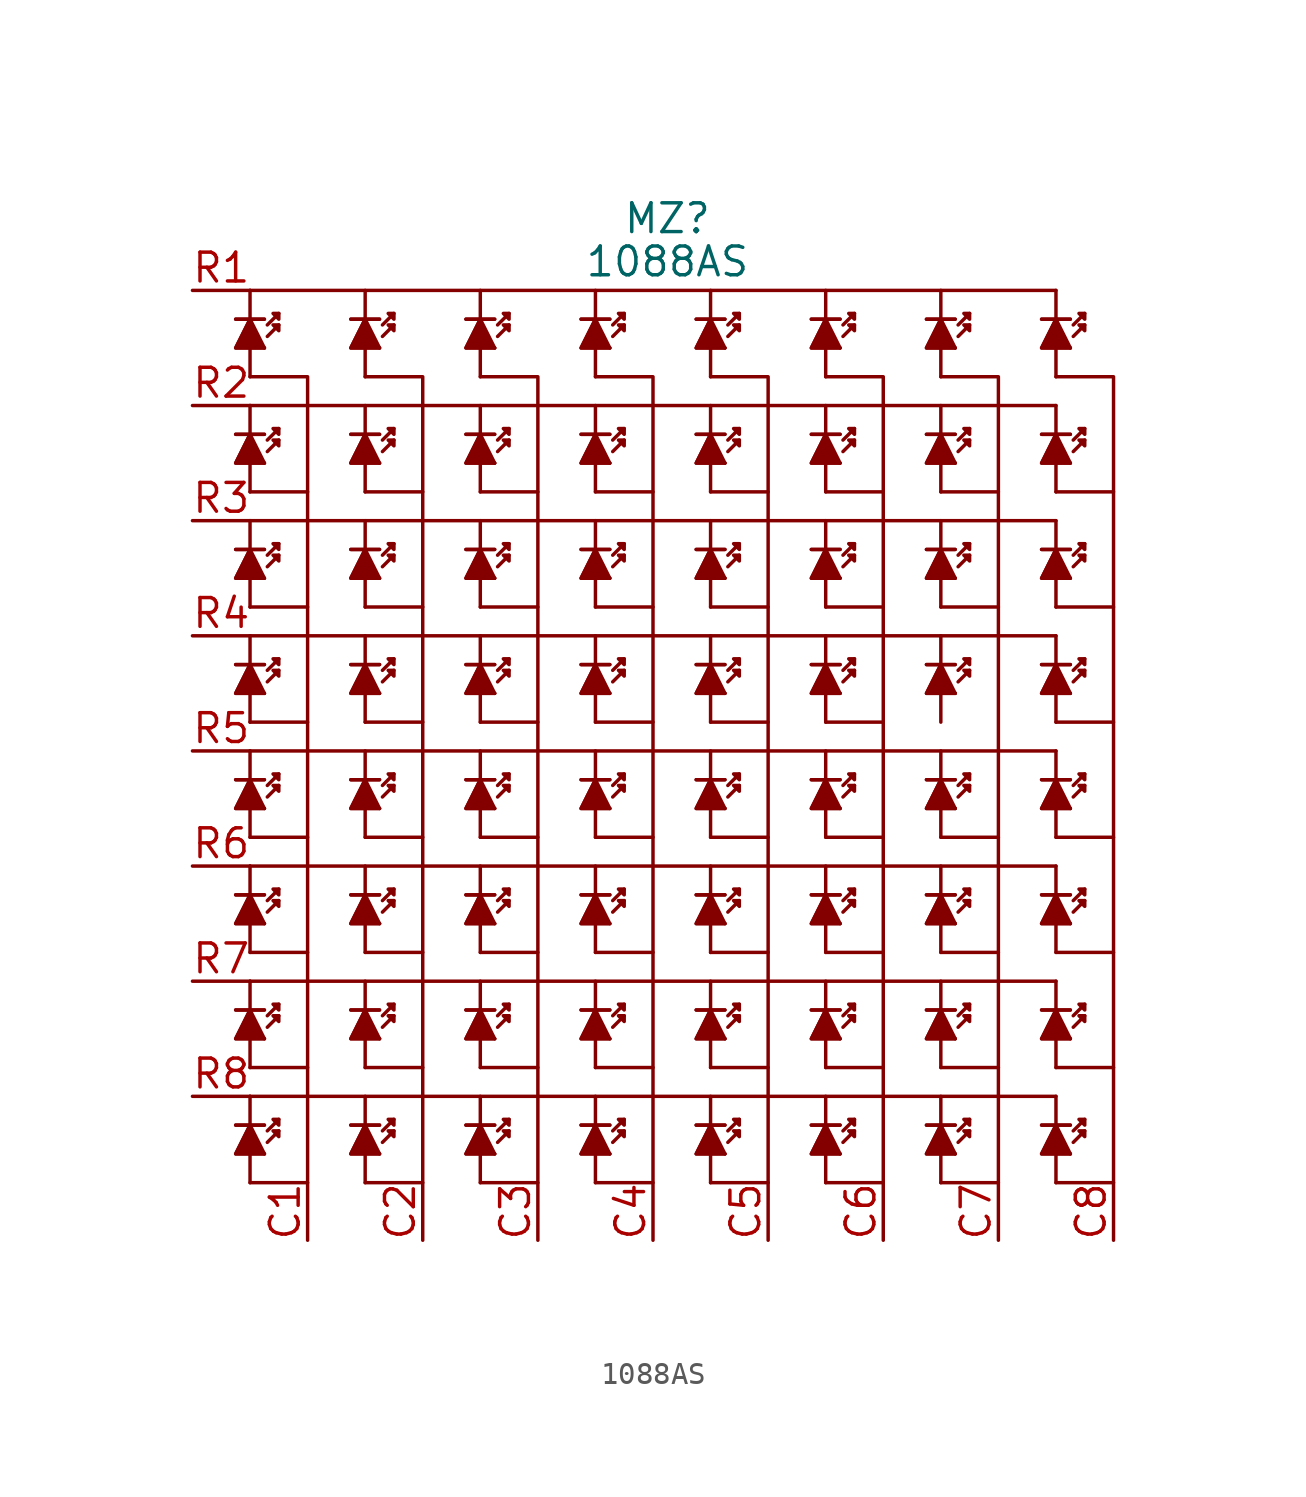
<source format=kicad_sym>
(kicad_symbol_lib
  (version 20211014)
  (generator kicad_symbol_editor)
  (symbol "1088AS"
    (pin_names
      (offset 1.016))
    (property "Reference" "MZ"
      (at 0.635 23.495 0)
      (effects (font (size 1.27 1.27))))
    (property "Value" "1088AS"
      (at 0.635 21.59 0)
      (effects (font (size 1.27 1.27))))
    (symbol "1088AS_1_1"
      (polyline (pts (xy -17.78 -17.78) (xy -17.78 -19.05)) (stroke (width 0) (type default) (color 0 0 0 0)) (fill (type none)))
      (polyline (pts (xy -17.78 -15.24) (xy -17.78 -16.51)) (stroke (width 0) (type default) (color 0 0 0 0)) (fill (type none)))
      (polyline (pts (xy -17.78 -13.97) (xy -15.24 -13.97)) (stroke (width 0) (type default) (color 0 0 0 0)) (fill (type none)))
      (polyline (pts (xy -17.78 -12.7) (xy -17.78 -13.97)) (stroke (width 0) (type default) (color 0 0 0 0)) (fill (type none)))
      (polyline (pts (xy -17.78 -10.16) (xy -17.78 -11.43)) (stroke (width 0) (type default) (color 0 0 0 0)) (fill (type none)))
      (polyline (pts (xy -17.78 -10.16) (xy 17.78 -10.16)) (stroke (width 0) (type default) (color 0 0 0 0)) (fill (type none)))
      (polyline (pts (xy -17.78 -8.89) (xy -15.24 -8.89)) (stroke (width 0) (type default) (color 0 0 0 0)) (fill (type none)))
      (polyline (pts (xy -17.78 -7.62) (xy -17.78 -8.89)) (stroke (width 0) (type default) (color 0 0 0 0)) (fill (type none)))
      (polyline (pts (xy -17.78 -5.08) (xy -17.78 -6.35)) (stroke (width 0) (type default) (color 0 0 0 0)) (fill (type none)))
      (polyline (pts (xy -17.78 -3.81) (xy -15.24 -3.81)) (stroke (width 0) (type default) (color 0 0 0 0)) (fill (type none)))
      (polyline (pts (xy -17.78 -2.54) (xy -17.78 -3.81)) (stroke (width 0) (type default) (color 0 0 0 0)) (fill (type none)))
      (polyline (pts (xy -17.78 0) (xy -17.78 -1.27)) (stroke (width 0) (type default) (color 0 0 0 0)) (fill (type none)))
      (polyline (pts (xy -17.78 0) (xy 17.78 0)) (stroke (width 0) (type default) (color 0 0 0 0)) (fill (type none)))
      (polyline (pts (xy -17.78 1.27) (xy -15.24 1.27)) (stroke (width 0) (type default) (color 0 0 0 0)) (fill (type none)))
      (polyline (pts (xy -17.78 2.54) (xy -17.78 1.27)) (stroke (width 0) (type default) (color 0 0 0 0)) (fill (type none)))
      (polyline (pts (xy -17.78 5.08) (xy -17.78 3.81)) (stroke (width 0) (type default) (color 0 0 0 0)) (fill (type none)))
      (polyline (pts (xy -17.78 6.35) (xy -15.24 6.35)) (stroke (width 0) (type default) (color 0 0 0 0)) (fill (type none)))
      (polyline (pts (xy -17.78 7.62) (xy -17.78 6.35)) (stroke (width 0) (type default) (color 0 0 0 0)) (fill (type none)))
      (polyline (pts (xy -17.78 10.16) (xy -17.78 8.89)) (stroke (width 0) (type default) (color 0 0 0 0)) (fill (type none)))
      (polyline (pts (xy -17.78 10.16) (xy 17.78 10.16)) (stroke (width 0) (type default) (color 0 0 0 0)) (fill (type none)))
      (polyline (pts (xy -17.78 11.43) (xy -15.24 11.43)) (stroke (width 0) (type default) (color 0 0 0 0)) (fill (type none)))
      (polyline (pts (xy -17.78 12.7) (xy -17.78 11.43)) (stroke (width 0) (type default) (color 0 0 0 0)) (fill (type none)))
      (polyline (pts (xy -17.78 15.24) (xy -17.78 13.97)) (stroke (width 0) (type default) (color 0 0 0 0)) (fill (type none)))
      (polyline (pts (xy -17.78 17.78) (xy -17.78 16.51)) (stroke (width 0) (type default) (color 0 0 0 0)) (fill (type none)))
      (polyline (pts (xy -17.78 20.32) (xy -17.78 19.05)) (stroke (width 0) (type default) (color 0 0 0 0)) (fill (type none)))
      (polyline (pts (xy -17.78 20.32) (xy 17.78 20.32)) (stroke (width 0) (type default) (color 0 0 0 0)) (fill (type none)))
      (polyline (pts (xy -17.145 -17.78) (xy -17.78 -16.51)) (stroke (width 0) (type default) (color 0 0 0 0)) (fill (type none)))
      (polyline (pts (xy -17.145 -12.7) (xy -17.78 -11.43)) (stroke (width 0) (type default) (color 0 0 0 0)) (fill (type none)))
      (polyline (pts (xy -17.145 -7.62) (xy -17.78 -6.35)) (stroke (width 0) (type default) (color 0 0 0 0)) (fill (type none)))
      (polyline (pts (xy -17.145 -2.54) (xy -17.78 -1.27)) (stroke (width 0) (type default) (color 0 0 0 0)) (fill (type none)))
      (polyline (pts (xy -17.145 2.54) (xy -17.78 3.81)) (stroke (width 0) (type default) (color 0 0 0 0)) (fill (type none)))
      (polyline (pts (xy -17.145 7.62) (xy -17.78 8.89)) (stroke (width 0) (type default) (color 0 0 0 0)) (fill (type none)))
      (polyline (pts (xy -17.145 12.7) (xy -17.78 13.97)) (stroke (width 0) (type default) (color 0 0 0 0)) (fill (type none)))
      (polyline (pts (xy -17.145 17.78) (xy -17.78 19.05)) (stroke (width 0) (type default) (color 0 0 0 0)) (fill (type none)))
      (polyline (pts (xy -12.7 -17.78) (xy -12.7 -19.05)) (stroke (width 0) (type default) (color 0 0 0 0)) (fill (type none)))
      (polyline (pts (xy -12.7 -15.24) (xy -12.7 -16.51)) (stroke (width 0) (type default) (color 0 0 0 0)) (fill (type none)))
      (polyline (pts (xy -12.7 -13.97) (xy -10.16 -13.97)) (stroke (width 0) (type default) (color 0 0 0 0)) (fill (type none)))
      (polyline (pts (xy -12.7 -12.7) (xy -12.7 -13.97)) (stroke (width 0) (type default) (color 0 0 0 0)) (fill (type none)))
      (polyline (pts (xy -12.7 -10.16) (xy -12.7 -11.43)) (stroke (width 0) (type default) (color 0 0 0 0)) (fill (type none)))
      (polyline (pts (xy -12.7 -8.89) (xy -10.16 -8.89)) (stroke (width 0) (type default) (color 0 0 0 0)) (fill (type none)))
      (polyline (pts (xy -12.7 -7.62) (xy -12.7 -8.89)) (stroke (width 0) (type default) (color 0 0 0 0)) (fill (type none)))
      (polyline (pts (xy -12.7 -5.08) (xy -12.7 -6.35)) (stroke (width 0) (type default) (color 0 0 0 0)) (fill (type none)))
      (polyline (pts (xy -12.7 -3.81) (xy -10.16 -3.81)) (stroke (width 0) (type default) (color 0 0 0 0)) (fill (type none)))
      (polyline (pts (xy -12.7 -2.54) (xy -12.7 -3.81)) (stroke (width 0) (type default) (color 0 0 0 0)) (fill (type none)))
      (polyline (pts (xy -12.7 0) (xy -12.7 -1.27)) (stroke (width 0) (type default) (color 0 0 0 0)) (fill (type none)))
      (polyline (pts (xy -12.7 1.27) (xy -10.16 1.27)) (stroke (width 0) (type default) (color 0 0 0 0)) (fill (type none)))
      (polyline (pts (xy -12.7 2.54) (xy -12.7 1.27)) (stroke (width 0) (type default) (color 0 0 0 0)) (fill (type none)))
      (polyline (pts (xy -12.7 5.08) (xy -12.7 3.81)) (stroke (width 0) (type default) (color 0 0 0 0)) (fill (type none)))
      (polyline (pts (xy -12.7 6.35) (xy -10.16 6.35)) (stroke (width 0) (type default) (color 0 0 0 0)) (fill (type none)))
      (polyline (pts (xy -12.7 7.62) (xy -12.7 6.35)) (stroke (width 0) (type default) (color 0 0 0 0)) (fill (type none)))
      (polyline (pts (xy -12.7 10.16) (xy -12.7 8.89)) (stroke (width 0) (type default) (color 0 0 0 0)) (fill (type none)))
      (polyline (pts (xy -12.7 11.43) (xy -10.16 11.43)) (stroke (width 0) (type default) (color 0 0 0 0)) (fill (type none)))
      (polyline (pts (xy -12.7 12.7) (xy -12.7 11.43)) (stroke (width 0) (type default) (color 0 0 0 0)) (fill (type none)))
      (polyline (pts (xy -12.7 15.24) (xy -12.7 13.97)) (stroke (width 0) (type default) (color 0 0 0 0)) (fill (type none)))
      (polyline (pts (xy -12.7 17.78) (xy -12.7 16.51)) (stroke (width 0) (type default) (color 0 0 0 0)) (fill (type none)))
      (polyline (pts (xy -12.7 20.32) (xy -12.7 19.05)) (stroke (width 0) (type default) (color 0 0 0 0)) (fill (type none)))
      (polyline (pts (xy -12.065 -17.78) (xy -12.7 -16.51)) (stroke (width 0) (type default) (color 0 0 0 0)) (fill (type none)))
      (polyline (pts (xy -12.065 -12.7) (xy -12.7 -11.43)) (stroke (width 0) (type default) (color 0 0 0 0)) (fill (type none)))
      (polyline (pts (xy -12.065 -7.62) (xy -12.7 -6.35)) (stroke (width 0) (type default) (color 0 0 0 0)) (fill (type none)))
      (polyline (pts (xy -12.065 -2.54) (xy -12.7 -1.27)) (stroke (width 0) (type default) (color 0 0 0 0)) (fill (type none)))
      (polyline (pts (xy -12.065 2.54) (xy -12.7 3.81)) (stroke (width 0) (type default) (color 0 0 0 0)) (fill (type none)))
      (polyline (pts (xy -12.065 7.62) (xy -12.7 8.89)) (stroke (width 0) (type default) (color 0 0 0 0)) (fill (type none)))
      (polyline (pts (xy -12.065 12.7) (xy -12.7 13.97)) (stroke (width 0) (type default) (color 0 0 0 0)) (fill (type none)))
      (polyline (pts (xy -12.065 17.78) (xy -12.7 19.05)) (stroke (width 0) (type default) (color 0 0 0 0)) (fill (type none)))
      (polyline (pts (xy -7.62 -17.78) (xy -7.62 -19.05)) (stroke (width 0) (type default) (color 0 0 0 0)) (fill (type none)))
      (polyline (pts (xy -7.62 -15.24) (xy -7.62 -16.51)) (stroke (width 0) (type default) (color 0 0 0 0)) (fill (type none)))
      (polyline (pts (xy -7.62 -13.97) (xy -5.08 -13.97)) (stroke (width 0) (type default) (color 0 0 0 0)) (fill (type none)))
      (polyline (pts (xy -7.62 -12.7) (xy -7.62 -13.97)) (stroke (width 0) (type default) (color 0 0 0 0)) (fill (type none)))
      (polyline (pts (xy -7.62 -10.16) (xy -7.62 -11.43)) (stroke (width 0) (type default) (color 0 0 0 0)) (fill (type none)))
      (polyline (pts (xy -7.62 -8.89) (xy -5.08 -8.89)) (stroke (width 0) (type default) (color 0 0 0 0)) (fill (type none)))
      (polyline (pts (xy -7.62 -7.62) (xy -7.62 -8.89)) (stroke (width 0) (type default) (color 0 0 0 0)) (fill (type none)))
      (polyline (pts (xy -7.62 -5.08) (xy -7.62 -6.35)) (stroke (width 0) (type default) (color 0 0 0 0)) (fill (type none)))
      (polyline (pts (xy -7.62 -3.81) (xy -5.08 -3.81)) (stroke (width 0) (type default) (color 0 0 0 0)) (fill (type none)))
      (polyline (pts (xy -7.62 -2.54) (xy -7.62 -3.81)) (stroke (width 0) (type default) (color 0 0 0 0)) (fill (type none)))
      (polyline (pts (xy -7.62 0) (xy -7.62 -1.27)) (stroke (width 0) (type default) (color 0 0 0 0)) (fill (type none)))
      (polyline (pts (xy -7.62 1.27) (xy -5.08 1.27)) (stroke (width 0) (type default) (color 0 0 0 0)) (fill (type none)))
      (polyline (pts (xy -7.62 2.54) (xy -7.62 1.27)) (stroke (width 0) (type default) (color 0 0 0 0)) (fill (type none)))
      (polyline (pts (xy -7.62 5.08) (xy -7.62 3.81)) (stroke (width 0) (type default) (color 0 0 0 0)) (fill (type none)))
      (polyline (pts (xy -7.62 6.35) (xy -5.08 6.35)) (stroke (width 0) (type default) (color 0 0 0 0)) (fill (type none)))
      (polyline (pts (xy -7.62 7.62) (xy -7.62 6.35)) (stroke (width 0) (type default) (color 0 0 0 0)) (fill (type none)))
      (polyline (pts (xy -7.62 10.16) (xy -7.62 8.89)) (stroke (width 0) (type default) (color 0 0 0 0)) (fill (type none)))
      (polyline (pts (xy -7.62 11.43) (xy -5.08 11.43)) (stroke (width 0) (type default) (color 0 0 0 0)) (fill (type none)))
      (polyline (pts (xy -7.62 12.7) (xy -7.62 11.43)) (stroke (width 0) (type default) (color 0 0 0 0)) (fill (type none)))
      (polyline (pts (xy -7.62 15.24) (xy -7.62 13.97)) (stroke (width 0) (type default) (color 0 0 0 0)) (fill (type none)))
      (polyline (pts (xy -7.62 17.78) (xy -7.62 16.51)) (stroke (width 0) (type default) (color 0 0 0 0)) (fill (type none)))
      (polyline (pts (xy -7.62 20.32) (xy -7.62 19.05)) (stroke (width 0) (type default) (color 0 0 0 0)) (fill (type none)))
      (polyline (pts (xy -6.985 -17.78) (xy -7.62 -16.51)) (stroke (width 0) (type default) (color 0 0 0 0)) (fill (type none)))
      (polyline (pts (xy -6.985 -12.7) (xy -7.62 -11.43)) (stroke (width 0) (type default) (color 0 0 0 0)) (fill (type none)))
      (polyline (pts (xy -6.985 -7.62) (xy -7.62 -6.35)) (stroke (width 0) (type default) (color 0 0 0 0)) (fill (type none)))
      (polyline (pts (xy -6.985 -2.54) (xy -7.62 -1.27)) (stroke (width 0) (type default) (color 0 0 0 0)) (fill (type none)))
      (polyline (pts (xy -6.985 2.54) (xy -7.62 3.81)) (stroke (width 0) (type default) (color 0 0 0 0)) (fill (type none)))
      (polyline (pts (xy -6.985 7.62) (xy -7.62 8.89)) (stroke (width 0) (type default) (color 0 0 0 0)) (fill (type none)))
      (polyline (pts (xy -6.985 12.7) (xy -7.62 13.97)) (stroke (width 0) (type default) (color 0 0 0 0)) (fill (type none)))
      (polyline (pts (xy -6.985 17.78) (xy -7.62 19.05)) (stroke (width 0) (type default) (color 0 0 0 0)) (fill (type none)))
      (polyline (pts (xy -2.54 -17.78) (xy -2.54 -19.05)) (stroke (width 0) (type default) (color 0 0 0 0)) (fill (type none)))
      (polyline (pts (xy -2.54 -15.24) (xy -2.54 -16.51)) (stroke (width 0) (type default) (color 0 0 0 0)) (fill (type none)))
      (polyline (pts (xy -2.54 -13.97) (xy 0 -13.97)) (stroke (width 0) (type default) (color 0 0 0 0)) (fill (type none)))
      (polyline (pts (xy -2.54 -12.7) (xy -2.54 -13.97)) (stroke (width 0) (type default) (color 0 0 0 0)) (fill (type none)))
      (polyline (pts (xy -2.54 -10.16) (xy -2.54 -11.43)) (stroke (width 0) (type default) (color 0 0 0 0)) (fill (type none)))
      (polyline (pts (xy -2.54 -8.89) (xy 0 -8.89)) (stroke (width 0) (type default) (color 0 0 0 0)) (fill (type none)))
      (polyline (pts (xy -2.54 -7.62) (xy -2.54 -8.89)) (stroke (width 0) (type default) (color 0 0 0 0)) (fill (type none)))
      (polyline (pts (xy -2.54 -5.08) (xy -2.54 -6.35)) (stroke (width 0) (type default) (color 0 0 0 0)) (fill (type none)))
      (polyline (pts (xy -2.54 -3.81) (xy 0 -3.81)) (stroke (width 0) (type default) (color 0 0 0 0)) (fill (type none)))
      (polyline (pts (xy -2.54 -2.54) (xy -2.54 -3.81)) (stroke (width 0) (type default) (color 0 0 0 0)) (fill (type none)))
      (polyline (pts (xy -2.54 0) (xy -2.54 -1.27)) (stroke (width 0) (type default) (color 0 0 0 0)) (fill (type none)))
      (polyline (pts (xy -2.54 1.27) (xy 0 1.27)) (stroke (width 0) (type default) (color 0 0 0 0)) (fill (type none)))
      (polyline (pts (xy -2.54 2.54) (xy -2.54 1.27)) (stroke (width 0) (type default) (color 0 0 0 0)) (fill (type none)))
      (polyline (pts (xy -2.54 5.08) (xy -2.54 3.81)) (stroke (width 0) (type default) (color 0 0 0 0)) (fill (type none)))
      (polyline (pts (xy -2.54 6.35) (xy 0 6.35)) (stroke (width 0) (type default) (color 0 0 0 0)) (fill (type none)))
      (polyline (pts (xy -2.54 7.62) (xy -2.54 6.35)) (stroke (width 0) (type default) (color 0 0 0 0)) (fill (type none)))
      (polyline (pts (xy -2.54 10.16) (xy -2.54 8.89)) (stroke (width 0) (type default) (color 0 0 0 0)) (fill (type none)))
      (polyline (pts (xy -2.54 11.43) (xy 0 11.43)) (stroke (width 0) (type default) (color 0 0 0 0)) (fill (type none)))
      (polyline (pts (xy -2.54 12.7) (xy -2.54 11.43)) (stroke (width 0) (type default) (color 0 0 0 0)) (fill (type none)))
      (polyline (pts (xy -2.54 15.24) (xy -2.54 13.97)) (stroke (width 0) (type default) (color 0 0 0 0)) (fill (type none)))
      (polyline (pts (xy -2.54 17.78) (xy -2.54 16.51)) (stroke (width 0) (type default) (color 0 0 0 0)) (fill (type none)))
      (polyline (pts (xy -2.54 20.32) (xy -2.54 19.05)) (stroke (width 0) (type default) (color 0 0 0 0)) (fill (type none)))
      (polyline (pts (xy -1.905 -17.78) (xy -2.54 -16.51)) (stroke (width 0) (type default) (color 0 0 0 0)) (fill (type none)))
      (polyline (pts (xy -1.905 -12.7) (xy -2.54 -11.43)) (stroke (width 0) (type default) (color 0 0 0 0)) (fill (type none)))
      (polyline (pts (xy -1.905 -7.62) (xy -2.54 -6.35)) (stroke (width 0) (type default) (color 0 0 0 0)) (fill (type none)))
      (polyline (pts (xy -1.905 -2.54) (xy -2.54 -1.27)) (stroke (width 0) (type default) (color 0 0 0 0)) (fill (type none)))
      (polyline (pts (xy -1.905 2.54) (xy -2.54 3.81)) (stroke (width 0) (type default) (color 0 0 0 0)) (fill (type none)))
      (polyline (pts (xy -1.905 7.62) (xy -2.54 8.89)) (stroke (width 0) (type default) (color 0 0 0 0)) (fill (type none)))
      (polyline (pts (xy -1.905 12.7) (xy -2.54 13.97)) (stroke (width 0) (type default) (color 0 0 0 0)) (fill (type none)))
      (polyline (pts (xy -1.905 17.78) (xy -2.54 19.05)) (stroke (width 0) (type default) (color 0 0 0 0)) (fill (type none)))
      (polyline (pts (xy 2.54 -17.78) (xy 2.54 -19.05)) (stroke (width 0) (type default) (color 0 0 0 0)) (fill (type none)))
      (polyline (pts (xy 2.54 -15.24) (xy 2.54 -16.51)) (stroke (width 0) (type default) (color 0 0 0 0)) (fill (type none)))
      (polyline (pts (xy 2.54 -13.97) (xy 5.08 -13.97)) (stroke (width 0) (type default) (color 0 0 0 0)) (fill (type none)))
      (polyline (pts (xy 2.54 -12.7) (xy 2.54 -13.97)) (stroke (width 0) (type default) (color 0 0 0 0)) (fill (type none)))
      (polyline (pts (xy 2.54 -10.16) (xy 2.54 -11.43)) (stroke (width 0) (type default) (color 0 0 0 0)) (fill (type none)))
      (polyline (pts (xy 2.54 -8.89) (xy 5.08 -8.89)) (stroke (width 0) (type default) (color 0 0 0 0)) (fill (type none)))
      (polyline (pts (xy 2.54 -7.62) (xy 2.54 -8.89)) (stroke (width 0) (type default) (color 0 0 0 0)) (fill (type none)))
      (polyline (pts (xy 2.54 -5.08) (xy 2.54 -6.35)) (stroke (width 0) (type default) (color 0 0 0 0)) (fill (type none)))
      (polyline (pts (xy 2.54 -3.81) (xy 5.08 -3.81)) (stroke (width 0) (type default) (color 0 0 0 0)) (fill (type none)))
      (polyline (pts (xy 2.54 -2.54) (xy 2.54 -3.81)) (stroke (width 0) (type default) (color 0 0 0 0)) (fill (type none)))
      (polyline (pts (xy 2.54 0) (xy 2.54 -1.27)) (stroke (width 0) (type default) (color 0 0 0 0)) (fill (type none)))
      (polyline (pts (xy 2.54 1.27) (xy 5.08 1.27)) (stroke (width 0) (type default) (color 0 0 0 0)) (fill (type none)))
      (polyline (pts (xy 2.54 2.54) (xy 2.54 1.27)) (stroke (width 0) (type default) (color 0 0 0 0)) (fill (type none)))
      (polyline (pts (xy 2.54 5.08) (xy 2.54 3.81)) (stroke (width 0) (type default) (color 0 0 0 0)) (fill (type none)))
      (polyline (pts (xy 2.54 6.35) (xy 5.08 6.35)) (stroke (width 0) (type default) (color 0 0 0 0)) (fill (type none)))
      (polyline (pts (xy 2.54 7.62) (xy 2.54 6.35)) (stroke (width 0) (type default) (color 0 0 0 0)) (fill (type none)))
      (polyline (pts (xy 2.54 10.16) (xy 2.54 8.89)) (stroke (width 0) (type default) (color 0 0 0 0)) (fill (type none)))
      (polyline (pts (xy 2.54 11.43) (xy 5.08 11.43)) (stroke (width 0) (type default) (color 0 0 0 0)) (fill (type none)))
      (polyline (pts (xy 2.54 12.7) (xy 2.54 11.43)) (stroke (width 0) (type default) (color 0 0 0 0)) (fill (type none)))
      (polyline (pts (xy 2.54 15.24) (xy 2.54 13.97)) (stroke (width 0) (type default) (color 0 0 0 0)) (fill (type none)))
      (polyline (pts (xy 2.54 17.78) (xy 2.54 16.51)) (stroke (width 0) (type default) (color 0 0 0 0)) (fill (type none)))
      (polyline (pts (xy 2.54 20.32) (xy 2.54 19.05)) (stroke (width 0) (type default) (color 0 0 0 0)) (fill (type none)))
      (polyline (pts (xy 3.175 -17.78) (xy 2.54 -16.51)) (stroke (width 0) (type default) (color 0 0 0 0)) (fill (type none)))
      (polyline (pts (xy 3.175 -12.7) (xy 2.54 -11.43)) (stroke (width 0) (type default) (color 0 0 0 0)) (fill (type none)))
      (polyline (pts (xy 3.175 -7.62) (xy 2.54 -6.35)) (stroke (width 0) (type default) (color 0 0 0 0)) (fill (type none)))
      (polyline (pts (xy 3.175 -2.54) (xy 2.54 -1.27)) (stroke (width 0) (type default) (color 0 0 0 0)) (fill (type none)))
      (polyline (pts (xy 3.175 2.54) (xy 2.54 3.81)) (stroke (width 0) (type default) (color 0 0 0 0)) (fill (type none)))
      (polyline (pts (xy 3.175 7.62) (xy 2.54 8.89)) (stroke (width 0) (type default) (color 0 0 0 0)) (fill (type none)))
      (polyline (pts (xy 3.175 12.7) (xy 2.54 13.97)) (stroke (width 0) (type default) (color 0 0 0 0)) (fill (type none)))
      (polyline (pts (xy 3.175 17.78) (xy 2.54 19.05)) (stroke (width 0) (type default) (color 0 0 0 0)) (fill (type none)))
      (polyline (pts (xy 7.62 -17.78) (xy 7.62 -19.05)) (stroke (width 0) (type default) (color 0 0 0 0)) (fill (type none)))
      (polyline (pts (xy 7.62 -15.24) (xy 7.62 -16.51)) (stroke (width 0) (type default) (color 0 0 0 0)) (fill (type none)))
      (polyline (pts (xy 7.62 -13.97) (xy 10.16 -13.97)) (stroke (width 0) (type default) (color 0 0 0 0)) (fill (type none)))
      (polyline (pts (xy 7.62 -12.7) (xy 7.62 -13.97)) (stroke (width 0) (type default) (color 0 0 0 0)) (fill (type none)))
      (polyline (pts (xy 7.62 -10.16) (xy 7.62 -11.43)) (stroke (width 0) (type default) (color 0 0 0 0)) (fill (type none)))
      (polyline (pts (xy 7.62 -8.89) (xy 10.16 -8.89)) (stroke (width 0) (type default) (color 0 0 0 0)) (fill (type none)))
      (polyline (pts (xy 7.62 -7.62) (xy 7.62 -8.89)) (stroke (width 0) (type default) (color 0 0 0 0)) (fill (type none)))
      (polyline (pts (xy 7.62 -5.08) (xy 7.62 -6.35)) (stroke (width 0) (type default) (color 0 0 0 0)) (fill (type none)))
      (polyline (pts (xy 7.62 -3.81) (xy 10.16 -3.81)) (stroke (width 0) (type default) (color 0 0 0 0)) (fill (type none)))
      (polyline (pts (xy 7.62 -2.54) (xy 7.62 -3.81)) (stroke (width 0) (type default) (color 0 0 0 0)) (fill (type none)))
      (polyline (pts (xy 7.62 0) (xy 7.62 -1.27)) (stroke (width 0) (type default) (color 0 0 0 0)) (fill (type none)))
      (polyline (pts (xy 7.62 1.27) (xy 10.16 1.27)) (stroke (width 0) (type default) (color 0 0 0 0)) (fill (type none)))
      (polyline (pts (xy 7.62 2.54) (xy 7.62 1.27)) (stroke (width 0) (type default) (color 0 0 0 0)) (fill (type none)))
      (polyline (pts (xy 7.62 5.08) (xy 7.62 3.81)) (stroke (width 0) (type default) (color 0 0 0 0)) (fill (type none)))
      (polyline (pts (xy 7.62 6.35) (xy 10.16 6.35)) (stroke (width 0) (type default) (color 0 0 0 0)) (fill (type none)))
      (polyline (pts (xy 7.62 7.62) (xy 7.62 6.35)) (stroke (width 0) (type default) (color 0 0 0 0)) (fill (type none)))
      (polyline (pts (xy 7.62 10.16) (xy 7.62 8.89)) (stroke (width 0) (type default) (color 0 0 0 0)) (fill (type none)))
      (polyline (pts (xy 7.62 11.43) (xy 10.16 11.43)) (stroke (width 0) (type default) (color 0 0 0 0)) (fill (type none)))
      (polyline (pts (xy 7.62 12.7) (xy 7.62 11.43)) (stroke (width 0) (type default) (color 0 0 0 0)) (fill (type none)))
      (polyline (pts (xy 7.62 15.24) (xy 7.62 13.97)) (stroke (width 0) (type default) (color 0 0 0 0)) (fill (type none)))
      (polyline (pts (xy 7.62 17.78) (xy 7.62 16.51)) (stroke (width 0) (type default) (color 0 0 0 0)) (fill (type none)))
      (polyline (pts (xy 7.62 20.32) (xy 7.62 19.05)) (stroke (width 0) (type default) (color 0 0 0 0)) (fill (type none)))
      (polyline (pts (xy 8.255 -17.78) (xy 7.62 -16.51)) (stroke (width 0) (type default) (color 0 0 0 0)) (fill (type none)))
      (polyline (pts (xy 8.255 -12.7) (xy 7.62 -11.43)) (stroke (width 0) (type default) (color 0 0 0 0)) (fill (type none)))
      (polyline (pts (xy 8.255 -7.62) (xy 7.62 -6.35)) (stroke (width 0) (type default) (color 0 0 0 0)) (fill (type none)))
      (polyline (pts (xy 8.255 -2.54) (xy 7.62 -1.27)) (stroke (width 0) (type default) (color 0 0 0 0)) (fill (type none)))
      (polyline (pts (xy 8.255 2.54) (xy 7.62 3.81)) (stroke (width 0) (type default) (color 0 0 0 0)) (fill (type none)))
      (polyline (pts (xy 8.255 7.62) (xy 7.62 8.89)) (stroke (width 0) (type default) (color 0 0 0 0)) (fill (type none)))
      (polyline (pts (xy 8.255 12.7) (xy 7.62 13.97)) (stroke (width 0) (type default) (color 0 0 0 0)) (fill (type none)))
      (polyline (pts (xy 8.255 17.78) (xy 7.62 19.05)) (stroke (width 0) (type default) (color 0 0 0 0)) (fill (type none)))
      (polyline (pts (xy 12.7 -17.78) (xy 12.7 -19.05)) (stroke (width 0) (type default) (color 0 0 0 0)) (fill (type none)))
      (polyline (pts (xy 12.7 -15.24) (xy 12.7 -16.51)) (stroke (width 0) (type default) (color 0 0 0 0)) (fill (type none)))
      (polyline (pts (xy 12.7 -13.97) (xy 15.24 -13.97)) (stroke (width 0) (type default) (color 0 0 0 0)) (fill (type none)))
      (polyline (pts (xy 12.7 -12.7) (xy 12.7 -13.97)) (stroke (width 0) (type default) (color 0 0 0 0)) (fill (type none)))
      (polyline (pts (xy 12.7 -10.16) (xy 12.7 -11.43)) (stroke (width 0) (type default) (color 0 0 0 0)) (fill (type none)))
      (polyline (pts (xy 12.7 -8.89) (xy 15.24 -8.89)) (stroke (width 0) (type default) (color 0 0 0 0)) (fill (type none)))
      (polyline (pts (xy 12.7 -7.62) (xy 12.7 -8.89)) (stroke (width 0) (type default) (color 0 0 0 0)) (fill (type none)))
      (polyline (pts (xy 12.7 -5.08) (xy 12.7 -6.35)) (stroke (width 0) (type default) (color 0 0 0 0)) (fill (type none)))
      (polyline (pts (xy 12.7 -2.54) (xy 12.7 -3.81)) (stroke (width 0) (type default) (color 0 0 0 0)) (fill (type none)))
      (polyline (pts (xy 12.7 0) (xy 12.7 -1.27)) (stroke (width 0) (type default) (color 0 0 0 0)) (fill (type none)))
      (polyline (pts (xy 12.7 2.54) (xy 12.7 1.27)) (stroke (width 0) (type default) (color 0 0 0 0)) (fill (type none)))
      (polyline (pts (xy 12.7 5.08) (xy 12.7 3.81)) (stroke (width 0) (type default) (color 0 0 0 0)) (fill (type none)))
      (polyline (pts (xy 12.7 6.35) (xy 15.24 6.35)) (stroke (width 0) (type default) (color 0 0 0 0)) (fill (type none)))
      (polyline (pts (xy 12.7 7.62) (xy 12.7 6.35)) (stroke (width 0) (type default) (color 0 0 0 0)) (fill (type none)))
      (polyline (pts (xy 12.7 10.16) (xy 12.7 8.89)) (stroke (width 0) (type default) (color 0 0 0 0)) (fill (type none)))
      (polyline (pts (xy 12.7 11.43) (xy 15.24 11.43)) (stroke (width 0) (type default) (color 0 0 0 0)) (fill (type none)))
      (polyline (pts (xy 12.7 12.7) (xy 12.7 11.43)) (stroke (width 0) (type default) (color 0 0 0 0)) (fill (type none)))
      (polyline (pts (xy 12.7 15.24) (xy 12.7 13.97)) (stroke (width 0) (type default) (color 0 0 0 0)) (fill (type none)))
      (polyline (pts (xy 12.7 17.78) (xy 12.7 16.51)) (stroke (width 0) (type default) (color 0 0 0 0)) (fill (type none)))
      (polyline (pts (xy 12.7 20.32) (xy 12.7 19.05)) (stroke (width 0) (type default) (color 0 0 0 0)) (fill (type none)))
      (polyline (pts (xy 13.335 -17.78) (xy 12.7 -16.51)) (stroke (width 0) (type default) (color 0 0 0 0)) (fill (type none)))
      (polyline (pts (xy 13.335 -12.7) (xy 12.7 -11.43)) (stroke (width 0) (type default) (color 0 0 0 0)) (fill (type none)))
      (polyline (pts (xy 13.335 -7.62) (xy 12.7 -6.35)) (stroke (width 0) (type default) (color 0 0 0 0)) (fill (type none)))
      (polyline (pts (xy 13.335 -2.54) (xy 12.7 -1.27)) (stroke (width 0) (type default) (color 0 0 0 0)) (fill (type none)))
      (polyline (pts (xy 13.335 2.54) (xy 12.7 3.81)) (stroke (width 0) (type default) (color 0 0 0 0)) (fill (type none)))
      (polyline (pts (xy 13.335 7.62) (xy 12.7 8.89)) (stroke (width 0) (type default) (color 0 0 0 0)) (fill (type none)))
      (polyline (pts (xy 13.335 12.7) (xy 12.7 13.97)) (stroke (width 0) (type default) (color 0 0 0 0)) (fill (type none)))
      (polyline (pts (xy 13.335 17.78) (xy 12.7 19.05)) (stroke (width 0) (type default) (color 0 0 0 0)) (fill (type none)))
      (polyline (pts (xy 15.24 -3.81) (xy 12.7 -3.81)) (stroke (width 0) (type default) (color 0 0 0 0)) (fill (type none)))
      (polyline (pts (xy 17.78 -17.78) (xy 17.78 -19.05)) (stroke (width 0) (type default) (color 0 0 0 0)) (fill (type none)))
      (polyline (pts (xy 17.78 -15.24) (xy -17.78 -15.24)) (stroke (width 0) (type default) (color 0 0 0 0)) (fill (type none)))
      (polyline (pts (xy 17.78 -15.24) (xy 17.78 -16.51)) (stroke (width 0) (type default) (color 0 0 0 0)) (fill (type none)))
      (polyline (pts (xy 17.78 -13.97) (xy 20.32 -13.97)) (stroke (width 0) (type default) (color 0 0 0 0)) (fill (type none)))
      (polyline (pts (xy 17.78 -12.7) (xy 17.78 -13.97)) (stroke (width 0) (type default) (color 0 0 0 0)) (fill (type none)))
      (polyline (pts (xy 17.78 -10.16) (xy 17.78 -11.43)) (stroke (width 0) (type default) (color 0 0 0 0)) (fill (type none)))
      (polyline (pts (xy 17.78 -8.89) (xy 20.32 -8.89)) (stroke (width 0) (type default) (color 0 0 0 0)) (fill (type none)))
      (polyline (pts (xy 17.78 -7.62) (xy 17.78 -8.89)) (stroke (width 0) (type default) (color 0 0 0 0)) (fill (type none)))
      (polyline (pts (xy 17.78 -5.08) (xy -17.78 -5.08)) (stroke (width 0) (type default) (color 0 0 0 0)) (fill (type none)))
      (polyline (pts (xy 17.78 -5.08) (xy 17.78 -6.35)) (stroke (width 0) (type default) (color 0 0 0 0)) (fill (type none)))
      (polyline (pts (xy 17.78 -3.81) (xy 20.32 -3.81)) (stroke (width 0) (type default) (color 0 0 0 0)) (fill (type none)))
      (polyline (pts (xy 17.78 -2.54) (xy 17.78 -3.81)) (stroke (width 0) (type default) (color 0 0 0 0)) (fill (type none)))
      (polyline (pts (xy 17.78 0) (xy 17.78 -1.27)) (stroke (width 0) (type default) (color 0 0 0 0)) (fill (type none)))
      (polyline (pts (xy 17.78 1.27) (xy 20.32 1.27)) (stroke (width 0) (type default) (color 0 0 0 0)) (fill (type none)))
      (polyline (pts (xy 17.78 2.54) (xy 17.78 1.27)) (stroke (width 0) (type default) (color 0 0 0 0)) (fill (type none)))
      (polyline (pts (xy 17.78 5.08) (xy -17.78 5.08)) (stroke (width 0) (type default) (color 0 0 0 0)) (fill (type none)))
      (polyline (pts (xy 17.78 5.08) (xy 17.78 3.81)) (stroke (width 0) (type default) (color 0 0 0 0)) (fill (type none)))
      (polyline (pts (xy 17.78 6.35) (xy 20.32 6.35)) (stroke (width 0) (type default) (color 0 0 0 0)) (fill (type none)))
      (polyline (pts (xy 17.78 7.62) (xy 17.78 6.35)) (stroke (width 0) (type default) (color 0 0 0 0)) (fill (type none)))
      (polyline (pts (xy 17.78 10.16) (xy 17.78 8.89)) (stroke (width 0) (type default) (color 0 0 0 0)) (fill (type none)))
      (polyline (pts (xy 17.78 11.43) (xy 20.32 11.43)) (stroke (width 0) (type default) (color 0 0 0 0)) (fill (type none)))
      (polyline (pts (xy 17.78 12.7) (xy 17.78 11.43)) (stroke (width 0) (type default) (color 0 0 0 0)) (fill (type none)))
      (polyline (pts (xy 17.78 15.24) (xy -17.78 15.24)) (stroke (width 0) (type default) (color 0 0 0 0)) (fill (type none)))
      (polyline (pts (xy 17.78 15.24) (xy 17.78 13.97)) (stroke (width 0) (type default) (color 0 0 0 0)) (fill (type none)))
      (polyline (pts (xy 17.78 17.78) (xy 17.78 16.51)) (stroke (width 0) (type default) (color 0 0 0 0)) (fill (type none)))
      (polyline (pts (xy 17.78 20.32) (xy 17.78 19.05)) (stroke (width 0) (type default) (color 0 0 0 0)) (fill (type none)))
      (polyline (pts (xy 18.415 -17.78) (xy 17.78 -16.51)) (stroke (width 0) (type default) (color 0 0 0 0)) (fill (type none)))
      (polyline (pts (xy 18.415 -12.7) (xy 17.78 -11.43)) (stroke (width 0) (type default) (color 0 0 0 0)) (fill (type none)))
      (polyline (pts (xy 18.415 -7.62) (xy 17.78 -6.35)) (stroke (width 0) (type default) (color 0 0 0 0)) (fill (type none)))
      (polyline (pts (xy 18.415 -2.54) (xy 17.78 -1.27)) (stroke (width 0) (type default) (color 0 0 0 0)) (fill (type none)))
      (polyline (pts (xy 18.415 2.54) (xy 17.78 3.81)) (stroke (width 0) (type default) (color 0 0 0 0)) (fill (type none)))
      (polyline (pts (xy 18.415 7.62) (xy 17.78 8.89)) (stroke (width 0) (type default) (color 0 0 0 0)) (fill (type none)))
      (polyline (pts (xy 18.415 12.7) (xy 17.78 13.97)) (stroke (width 0) (type default) (color 0 0 0 0)) (fill (type none)))
      (polyline (pts (xy 18.415 17.78) (xy 17.78 19.05)) (stroke (width 0) (type default) (color 0 0 0 0)) (fill (type none)))
      (polyline (pts (xy -17.145 -16.51) (xy -18.415 -16.51) (xy -18.415 -16.51)) (stroke (width 0) (type default) (color 0 0 0 0)) (fill (type none)))
      (polyline (pts (xy -17.145 -16.51) (xy -18.415 -16.51) (xy -18.415 -16.51)) (stroke (width 0) (type default) (color 0 0 0 0)) (fill (type none)))
      (polyline (pts (xy -17.145 -11.43) (xy -18.415 -11.43) (xy -18.415 -11.43)) (stroke (width 0) (type default) (color 0 0 0 0)) (fill (type none)))
      (polyline (pts (xy -17.145 -11.43) (xy -18.415 -11.43) (xy -18.415 -11.43)) (stroke (width 0) (type default) (color 0 0 0 0)) (fill (type none)))
      (polyline (pts (xy -17.145 -6.35) (xy -18.415 -6.35) (xy -18.415 -6.35)) (stroke (width 0) (type default) (color 0 0 0 0)) (fill (type none)))
      (polyline (pts (xy -17.145 -6.35) (xy -18.415 -6.35) (xy -18.415 -6.35)) (stroke (width 0) (type default) (color 0 0 0 0)) (fill (type none)))
      (polyline (pts (xy -17.145 -1.27) (xy -18.415 -1.27) (xy -18.415 -1.27)) (stroke (width 0) (type default) (color 0 0 0 0)) (fill (type none)))
      (polyline (pts (xy -17.145 -1.27) (xy -18.415 -1.27) (xy -18.415 -1.27)) (stroke (width 0) (type default) (color 0 0 0 0)) (fill (type none)))
      (polyline (pts (xy -17.145 3.81) (xy -18.415 3.81) (xy -18.415 3.81)) (stroke (width 0) (type default) (color 0 0 0 0)) (fill (type none)))
      (polyline (pts (xy -17.145 3.81) (xy -18.415 3.81) (xy -18.415 3.81)) (stroke (width 0) (type default) (color 0 0 0 0)) (fill (type none)))
      (polyline (pts (xy -17.145 8.89) (xy -18.415 8.89) (xy -18.415 8.89)) (stroke (width 0) (type default) (color 0 0 0 0)) (fill (type none)))
      (polyline (pts (xy -17.145 8.89) (xy -18.415 8.89) (xy -18.415 8.89)) (stroke (width 0) (type default) (color 0 0 0 0)) (fill (type none)))
      (polyline (pts (xy -17.145 13.97) (xy -18.415 13.97) (xy -18.415 13.97)) (stroke (width 0) (type default) (color 0 0 0 0)) (fill (type none)))
      (polyline (pts (xy -17.145 13.97) (xy -18.415 13.97) (xy -18.415 13.97)) (stroke (width 0) (type default) (color 0 0 0 0)) (fill (type none)))
      (polyline (pts (xy -17.145 19.05) (xy -18.415 19.05) (xy -18.415 19.05)) (stroke (width 0) (type default) (color 0 0 0 0)) (fill (type none)))
      (polyline (pts (xy -17.145 19.05) (xy -18.415 19.05) (xy -18.415 19.05)) (stroke (width 0) (type default) (color 0 0 0 0)) (fill (type none)))
      (polyline (pts (xy -17.018 -17.272) (xy -16.51 -16.764) (xy -16.51 -16.764)) (stroke (width 0) (type default) (color 0 0 0 0)) (fill (type none)))
      (polyline (pts (xy -17.018 -16.764) (xy -16.51 -16.256) (xy -16.51 -16.256)) (stroke (width 0) (type default) (color 0 0 0 0)) (fill (type none)))
      (polyline (pts (xy -17.018 -12.192) (xy -16.51 -11.684) (xy -16.51 -11.684)) (stroke (width 0) (type default) (color 0 0 0 0)) (fill (type none)))
      (polyline (pts (xy -17.018 -11.684) (xy -16.51 -11.176) (xy -16.51 -11.176)) (stroke (width 0) (type default) (color 0 0 0 0)) (fill (type none)))
      (polyline (pts (xy -17.018 -7.112) (xy -16.51 -6.604) (xy -16.51 -6.604)) (stroke (width 0) (type default) (color 0 0 0 0)) (fill (type none)))
      (polyline (pts (xy -17.018 -6.604) (xy -16.51 -6.096) (xy -16.51 -6.096)) (stroke (width 0) (type default) (color 0 0 0 0)) (fill (type none)))
      (polyline (pts (xy -17.018 -2.032) (xy -16.51 -1.524) (xy -16.51 -1.524)) (stroke (width 0) (type default) (color 0 0 0 0)) (fill (type none)))
      (polyline (pts (xy -17.018 -1.524) (xy -16.51 -1.016) (xy -16.51 -1.016)) (stroke (width 0) (type default) (color 0 0 0 0)) (fill (type none)))
      (polyline (pts (xy -17.018 3.048) (xy -16.51 3.556) (xy -16.51 3.556)) (stroke (width 0) (type default) (color 0 0 0 0)) (fill (type none)))
      (polyline (pts (xy -17.018 3.556) (xy -16.51 4.064) (xy -16.51 4.064)) (stroke (width 0) (type default) (color 0 0 0 0)) (fill (type none)))
      (polyline (pts (xy -17.018 8.128) (xy -16.51 8.636) (xy -16.51 8.636)) (stroke (width 0) (type default) (color 0 0 0 0)) (fill (type none)))
      (polyline (pts (xy -17.018 8.636) (xy -16.51 9.144) (xy -16.51 9.144)) (stroke (width 0) (type default) (color 0 0 0 0)) (fill (type none)))
      (polyline (pts (xy -17.018 13.208) (xy -16.51 13.716) (xy -16.51 13.716)) (stroke (width 0) (type default) (color 0 0 0 0)) (fill (type none)))
      (polyline (pts (xy -17.018 13.716) (xy -16.51 14.224) (xy -16.51 14.224)) (stroke (width 0) (type default) (color 0 0 0 0)) (fill (type none)))
      (polyline (pts (xy -17.018 18.288) (xy -16.51 18.796) (xy -16.51 18.796)) (stroke (width 0) (type default) (color 0 0 0 0)) (fill (type none)))
      (polyline (pts (xy -17.018 18.796) (xy -16.51 19.304) (xy -16.51 19.304)) (stroke (width 0) (type default) (color 0 0 0 0)) (fill (type none)))
      (polyline (pts (xy -12.065 -16.51) (xy -13.335 -16.51) (xy -13.335 -16.51)) (stroke (width 0) (type default) (color 0 0 0 0)) (fill (type none)))
      (polyline (pts (xy -12.065 -16.51) (xy -13.335 -16.51) (xy -13.335 -16.51)) (stroke (width 0) (type default) (color 0 0 0 0)) (fill (type none)))
      (polyline (pts (xy -12.065 -11.43) (xy -13.335 -11.43) (xy -13.335 -11.43)) (stroke (width 0) (type default) (color 0 0 0 0)) (fill (type none)))
      (polyline (pts (xy -12.065 -11.43) (xy -13.335 -11.43) (xy -13.335 -11.43)) (stroke (width 0) (type default) (color 0 0 0 0)) (fill (type none)))
      (polyline (pts (xy -12.065 -6.35) (xy -13.335 -6.35) (xy -13.335 -6.35)) (stroke (width 0) (type default) (color 0 0 0 0)) (fill (type none)))
      (polyline (pts (xy -12.065 -6.35) (xy -13.335 -6.35) (xy -13.335 -6.35)) (stroke (width 0) (type default) (color 0 0 0 0)) (fill (type none)))
      (polyline (pts (xy -12.065 -1.27) (xy -13.335 -1.27) (xy -13.335 -1.27)) (stroke (width 0) (type default) (color 0 0 0 0)) (fill (type none)))
      (polyline (pts (xy -12.065 -1.27) (xy -13.335 -1.27) (xy -13.335 -1.27)) (stroke (width 0) (type default) (color 0 0 0 0)) (fill (type none)))
      (polyline (pts (xy -12.065 3.81) (xy -13.335 3.81) (xy -13.335 3.81)) (stroke (width 0) (type default) (color 0 0 0 0)) (fill (type none)))
      (polyline (pts (xy -12.065 3.81) (xy -13.335 3.81) (xy -13.335 3.81)) (stroke (width 0) (type default) (color 0 0 0 0)) (fill (type none)))
      (polyline (pts (xy -12.065 8.89) (xy -13.335 8.89) (xy -13.335 8.89)) (stroke (width 0) (type default) (color 0 0 0 0)) (fill (type none)))
      (polyline (pts (xy -12.065 8.89) (xy -13.335 8.89) (xy -13.335 8.89)) (stroke (width 0) (type default) (color 0 0 0 0)) (fill (type none)))
      (polyline (pts (xy -12.065 13.97) (xy -13.335 13.97) (xy -13.335 13.97)) (stroke (width 0) (type default) (color 0 0 0 0)) (fill (type none)))
      (polyline (pts (xy -12.065 13.97) (xy -13.335 13.97) (xy -13.335 13.97)) (stroke (width 0) (type default) (color 0 0 0 0)) (fill (type none)))
      (polyline (pts (xy -12.065 19.05) (xy -13.335 19.05) (xy -13.335 19.05)) (stroke (width 0) (type default) (color 0 0 0 0)) (fill (type none)))
      (polyline (pts (xy -12.065 19.05) (xy -13.335 19.05) (xy -13.335 19.05)) (stroke (width 0) (type default) (color 0 0 0 0)) (fill (type none)))
      (polyline (pts (xy -11.938 -17.272) (xy -11.43 -16.764) (xy -11.43 -16.764)) (stroke (width 0) (type default) (color 0 0 0 0)) (fill (type none)))
      (polyline (pts (xy -11.938 -16.764) (xy -11.43 -16.256) (xy -11.43 -16.256)) (stroke (width 0) (type default) (color 0 0 0 0)) (fill (type none)))
      (polyline (pts (xy -11.938 -12.192) (xy -11.43 -11.684) (xy -11.43 -11.684)) (stroke (width 0) (type default) (color 0 0 0 0)) (fill (type none)))
      (polyline (pts (xy -11.938 -11.684) (xy -11.43 -11.176) (xy -11.43 -11.176)) (stroke (width 0) (type default) (color 0 0 0 0)) (fill (type none)))
      (polyline (pts (xy -11.938 -7.112) (xy -11.43 -6.604) (xy -11.43 -6.604)) (stroke (width 0) (type default) (color 0 0 0 0)) (fill (type none)))
      (polyline (pts (xy -11.938 -6.604) (xy -11.43 -6.096) (xy -11.43 -6.096)) (stroke (width 0) (type default) (color 0 0 0 0)) (fill (type none)))
      (polyline (pts (xy -11.938 -2.032) (xy -11.43 -1.524) (xy -11.43 -1.524)) (stroke (width 0) (type default) (color 0 0 0 0)) (fill (type none)))
      (polyline (pts (xy -11.938 -1.524) (xy -11.43 -1.016) (xy -11.43 -1.016)) (stroke (width 0) (type default) (color 0 0 0 0)) (fill (type none)))
      (polyline (pts (xy -11.938 3.048) (xy -11.43 3.556) (xy -11.43 3.556)) (stroke (width 0) (type default) (color 0 0 0 0)) (fill (type none)))
      (polyline (pts (xy -11.938 3.556) (xy -11.43 4.064) (xy -11.43 4.064)) (stroke (width 0) (type default) (color 0 0 0 0)) (fill (type none)))
      (polyline (pts (xy -11.938 8.128) (xy -11.43 8.636) (xy -11.43 8.636)) (stroke (width 0) (type default) (color 0 0 0 0)) (fill (type none)))
      (polyline (pts (xy -11.938 8.636) (xy -11.43 9.144) (xy -11.43 9.144)) (stroke (width 0) (type default) (color 0 0 0 0)) (fill (type none)))
      (polyline (pts (xy -11.938 13.208) (xy -11.43 13.716) (xy -11.43 13.716)) (stroke (width 0) (type default) (color 0 0 0 0)) (fill (type none)))
      (polyline (pts (xy -11.938 13.716) (xy -11.43 14.224) (xy -11.43 14.224)) (stroke (width 0) (type default) (color 0 0 0 0)) (fill (type none)))
      (polyline (pts (xy -11.938 18.288) (xy -11.43 18.796) (xy -11.43 18.796)) (stroke (width 0) (type default) (color 0 0 0 0)) (fill (type none)))
      (polyline (pts (xy -11.938 18.796) (xy -11.43 19.304) (xy -11.43 19.304)) (stroke (width 0) (type default) (color 0 0 0 0)) (fill (type none)))
      (polyline (pts (xy -6.985 -16.51) (xy -8.255 -16.51) (xy -8.255 -16.51)) (stroke (width 0) (type default) (color 0 0 0 0)) (fill (type none)))
      (polyline (pts (xy -6.985 -16.51) (xy -8.255 -16.51) (xy -8.255 -16.51)) (stroke (width 0) (type default) (color 0 0 0 0)) (fill (type none)))
      (polyline (pts (xy -6.985 -11.43) (xy -8.255 -11.43) (xy -8.255 -11.43)) (stroke (width 0) (type default) (color 0 0 0 0)) (fill (type none)))
      (polyline (pts (xy -6.985 -11.43) (xy -8.255 -11.43) (xy -8.255 -11.43)) (stroke (width 0) (type default) (color 0 0 0 0)) (fill (type none)))
      (polyline (pts (xy -6.985 -6.35) (xy -8.255 -6.35) (xy -8.255 -6.35)) (stroke (width 0) (type default) (color 0 0 0 0)) (fill (type none)))
      (polyline (pts (xy -6.985 -6.35) (xy -8.255 -6.35) (xy -8.255 -6.35)) (stroke (width 0) (type default) (color 0 0 0 0)) (fill (type none)))
      (polyline (pts (xy -6.985 -1.27) (xy -8.255 -1.27) (xy -8.255 -1.27)) (stroke (width 0) (type default) (color 0 0 0 0)) (fill (type none)))
      (polyline (pts (xy -6.985 -1.27) (xy -8.255 -1.27) (xy -8.255 -1.27)) (stroke (width 0) (type default) (color 0 0 0 0)) (fill (type none)))
      (polyline (pts (xy -6.985 3.81) (xy -8.255 3.81) (xy -8.255 3.81)) (stroke (width 0) (type default) (color 0 0 0 0)) (fill (type none)))
      (polyline (pts (xy -6.985 3.81) (xy -8.255 3.81) (xy -8.255 3.81)) (stroke (width 0) (type default) (color 0 0 0 0)) (fill (type none)))
      (polyline (pts (xy -6.985 8.89) (xy -8.255 8.89) (xy -8.255 8.89)) (stroke (width 0) (type default) (color 0 0 0 0)) (fill (type none)))
      (polyline (pts (xy -6.985 8.89) (xy -8.255 8.89) (xy -8.255 8.89)) (stroke (width 0) (type default) (color 0 0 0 0)) (fill (type none)))
      (polyline (pts (xy -6.985 13.97) (xy -8.255 13.97) (xy -8.255 13.97)) (stroke (width 0) (type default) (color 0 0 0 0)) (fill (type none)))
      (polyline (pts (xy -6.985 13.97) (xy -8.255 13.97) (xy -8.255 13.97)) (stroke (width 0) (type default) (color 0 0 0 0)) (fill (type none)))
      (polyline (pts (xy -6.985 19.05) (xy -8.255 19.05) (xy -8.255 19.05)) (stroke (width 0) (type default) (color 0 0 0 0)) (fill (type none)))
      (polyline (pts (xy -6.985 19.05) (xy -8.255 19.05) (xy -8.255 19.05)) (stroke (width 0) (type default) (color 0 0 0 0)) (fill (type none)))
      (polyline (pts (xy -6.858 -17.272) (xy -6.35 -16.764) (xy -6.35 -16.764)) (stroke (width 0) (type default) (color 0 0 0 0)) (fill (type none)))
      (polyline (pts (xy -6.858 -16.764) (xy -6.35 -16.256) (xy -6.35 -16.256)) (stroke (width 0) (type default) (color 0 0 0 0)) (fill (type none)))
      (polyline (pts (xy -6.858 -12.192) (xy -6.35 -11.684) (xy -6.35 -11.684)) (stroke (width 0) (type default) (color 0 0 0 0)) (fill (type none)))
      (polyline (pts (xy -6.858 -11.684) (xy -6.35 -11.176) (xy -6.35 -11.176)) (stroke (width 0) (type default) (color 0 0 0 0)) (fill (type none)))
      (polyline (pts (xy -6.858 -7.112) (xy -6.35 -6.604) (xy -6.35 -6.604)) (stroke (width 0) (type default) (color 0 0 0 0)) (fill (type none)))
      (polyline (pts (xy -6.858 -6.604) (xy -6.35 -6.096) (xy -6.35 -6.096)) (stroke (width 0) (type default) (color 0 0 0 0)) (fill (type none)))
      (polyline (pts (xy -6.858 -2.032) (xy -6.35 -1.524) (xy -6.35 -1.524)) (stroke (width 0) (type default) (color 0 0 0 0)) (fill (type none)))
      (polyline (pts (xy -6.858 -1.524) (xy -6.35 -1.016) (xy -6.35 -1.016)) (stroke (width 0) (type default) (color 0 0 0 0)) (fill (type none)))
      (polyline (pts (xy -6.858 3.048) (xy -6.35 3.556) (xy -6.35 3.556)) (stroke (width 0) (type default) (color 0 0 0 0)) (fill (type none)))
      (polyline (pts (xy -6.858 3.556) (xy -6.35 4.064) (xy -6.35 4.064)) (stroke (width 0) (type default) (color 0 0 0 0)) (fill (type none)))
      (polyline (pts (xy -6.858 8.128) (xy -6.35 8.636) (xy -6.35 8.636)) (stroke (width 0) (type default) (color 0 0 0 0)) (fill (type none)))
      (polyline (pts (xy -6.858 8.636) (xy -6.35 9.144) (xy -6.35 9.144)) (stroke (width 0) (type default) (color 0 0 0 0)) (fill (type none)))
      (polyline (pts (xy -6.858 13.208) (xy -6.35 13.716) (xy -6.35 13.716)) (stroke (width 0) (type default) (color 0 0 0 0)) (fill (type none)))
      (polyline (pts (xy -6.858 13.716) (xy -6.35 14.224) (xy -6.35 14.224)) (stroke (width 0) (type default) (color 0 0 0 0)) (fill (type none)))
      (polyline (pts (xy -6.858 18.288) (xy -6.35 18.796) (xy -6.35 18.796)) (stroke (width 0) (type default) (color 0 0 0 0)) (fill (type none)))
      (polyline (pts (xy -6.858 18.796) (xy -6.35 19.304) (xy -6.35 19.304)) (stroke (width 0) (type default) (color 0 0 0 0)) (fill (type none)))
      (polyline (pts (xy -1.905 -16.51) (xy -3.175 -16.51) (xy -3.175 -16.51)) (stroke (width 0) (type default) (color 0 0 0 0)) (fill (type none)))
      (polyline (pts (xy -1.905 -16.51) (xy -3.175 -16.51) (xy -3.175 -16.51)) (stroke (width 0) (type default) (color 0 0 0 0)) (fill (type none)))
      (polyline (pts (xy -1.905 -11.43) (xy -3.175 -11.43) (xy -3.175 -11.43)) (stroke (width 0) (type default) (color 0 0 0 0)) (fill (type none)))
      (polyline (pts (xy -1.905 -11.43) (xy -3.175 -11.43) (xy -3.175 -11.43)) (stroke (width 0) (type default) (color 0 0 0 0)) (fill (type none)))
      (polyline (pts (xy -1.905 -6.35) (xy -3.175 -6.35) (xy -3.175 -6.35)) (stroke (width 0) (type default) (color 0 0 0 0)) (fill (type none)))
      (polyline (pts (xy -1.905 -6.35) (xy -3.175 -6.35) (xy -3.175 -6.35)) (stroke (width 0) (type default) (color 0 0 0 0)) (fill (type none)))
      (polyline (pts (xy -1.905 -1.27) (xy -3.175 -1.27) (xy -3.175 -1.27)) (stroke (width 0) (type default) (color 0 0 0 0)) (fill (type none)))
      (polyline (pts (xy -1.905 -1.27) (xy -3.175 -1.27) (xy -3.175 -1.27)) (stroke (width 0) (type default) (color 0 0 0 0)) (fill (type none)))
      (polyline (pts (xy -1.905 3.81) (xy -3.175 3.81) (xy -3.175 3.81)) (stroke (width 0) (type default) (color 0 0 0 0)) (fill (type none)))
      (polyline (pts (xy -1.905 3.81) (xy -3.175 3.81) (xy -3.175 3.81)) (stroke (width 0) (type default) (color 0 0 0 0)) (fill (type none)))
      (polyline (pts (xy -1.905 8.89) (xy -3.175 8.89) (xy -3.175 8.89)) (stroke (width 0) (type default) (color 0 0 0 0)) (fill (type none)))
      (polyline (pts (xy -1.905 8.89) (xy -3.175 8.89) (xy -3.175 8.89)) (stroke (width 0) (type default) (color 0 0 0 0)) (fill (type none)))
      (polyline (pts (xy -1.905 13.97) (xy -3.175 13.97) (xy -3.175 13.97)) (stroke (width 0) (type default) (color 0 0 0 0)) (fill (type none)))
      (polyline (pts (xy -1.905 13.97) (xy -3.175 13.97) (xy -3.175 13.97)) (stroke (width 0) (type default) (color 0 0 0 0)) (fill (type none)))
      (polyline (pts (xy -1.905 19.05) (xy -3.175 19.05) (xy -3.175 19.05)) (stroke (width 0) (type default) (color 0 0 0 0)) (fill (type none)))
      (polyline (pts (xy -1.905 19.05) (xy -3.175 19.05) (xy -3.175 19.05)) (stroke (width 0) (type default) (color 0 0 0 0)) (fill (type none)))
      (polyline (pts (xy -1.778 -17.272) (xy -1.27 -16.764) (xy -1.27 -16.764)) (stroke (width 0) (type default) (color 0 0 0 0)) (fill (type none)))
      (polyline (pts (xy -1.778 -16.764) (xy -1.27 -16.256) (xy -1.27 -16.256)) (stroke (width 0) (type default) (color 0 0 0 0)) (fill (type none)))
      (polyline (pts (xy -1.778 -12.192) (xy -1.27 -11.684) (xy -1.27 -11.684)) (stroke (width 0) (type default) (color 0 0 0 0)) (fill (type none)))
      (polyline (pts (xy -1.778 -11.684) (xy -1.27 -11.176) (xy -1.27 -11.176)) (stroke (width 0) (type default) (color 0 0 0 0)) (fill (type none)))
      (polyline (pts (xy -1.778 -7.112) (xy -1.27 -6.604) (xy -1.27 -6.604)) (stroke (width 0) (type default) (color 0 0 0 0)) (fill (type none)))
      (polyline (pts (xy -1.778 -6.604) (xy -1.27 -6.096) (xy -1.27 -6.096)) (stroke (width 0) (type default) (color 0 0 0 0)) (fill (type none)))
      (polyline (pts (xy -1.778 -2.032) (xy -1.27 -1.524) (xy -1.27 -1.524)) (stroke (width 0) (type default) (color 0 0 0 0)) (fill (type none)))
      (polyline (pts (xy -1.778 -1.524) (xy -1.27 -1.016) (xy -1.27 -1.016)) (stroke (width 0) (type default) (color 0 0 0 0)) (fill (type none)))
      (polyline (pts (xy -1.778 3.048) (xy -1.27 3.556) (xy -1.27 3.556)) (stroke (width 0) (type default) (color 0 0 0 0)) (fill (type none)))
      (polyline (pts (xy -1.778 3.556) (xy -1.27 4.064) (xy -1.27 4.064)) (stroke (width 0) (type default) (color 0 0 0 0)) (fill (type none)))
      (polyline (pts (xy -1.778 8.128) (xy -1.27 8.636) (xy -1.27 8.636)) (stroke (width 0) (type default) (color 0 0 0 0)) (fill (type none)))
      (polyline (pts (xy -1.778 8.636) (xy -1.27 9.144) (xy -1.27 9.144)) (stroke (width 0) (type default) (color 0 0 0 0)) (fill (type none)))
      (polyline (pts (xy -1.778 13.208) (xy -1.27 13.716) (xy -1.27 13.716)) (stroke (width 0) (type default) (color 0 0 0 0)) (fill (type none)))
      (polyline (pts (xy -1.778 13.716) (xy -1.27 14.224) (xy -1.27 14.224)) (stroke (width 0) (type default) (color 0 0 0 0)) (fill (type none)))
      (polyline (pts (xy -1.778 18.288) (xy -1.27 18.796) (xy -1.27 18.796)) (stroke (width 0) (type default) (color 0 0 0 0)) (fill (type none)))
      (polyline (pts (xy -1.778 18.796) (xy -1.27 19.304) (xy -1.27 19.304)) (stroke (width 0) (type default) (color 0 0 0 0)) (fill (type none)))
      (polyline (pts (xy 3.175 -16.51) (xy 1.905 -16.51) (xy 1.905 -16.51)) (stroke (width 0) (type default) (color 0 0 0 0)) (fill (type none)))
      (polyline (pts (xy 3.175 -16.51) (xy 1.905 -16.51) (xy 1.905 -16.51)) (stroke (width 0) (type default) (color 0 0 0 0)) (fill (type none)))
      (polyline (pts (xy 3.175 -11.43) (xy 1.905 -11.43) (xy 1.905 -11.43)) (stroke (width 0) (type default) (color 0 0 0 0)) (fill (type none)))
      (polyline (pts (xy 3.175 -11.43) (xy 1.905 -11.43) (xy 1.905 -11.43)) (stroke (width 0) (type default) (color 0 0 0 0)) (fill (type none)))
      (polyline (pts (xy 3.175 -6.35) (xy 1.905 -6.35) (xy 1.905 -6.35)) (stroke (width 0) (type default) (color 0 0 0 0)) (fill (type none)))
      (polyline (pts (xy 3.175 -6.35) (xy 1.905 -6.35) (xy 1.905 -6.35)) (stroke (width 0) (type default) (color 0 0 0 0)) (fill (type none)))
      (polyline (pts (xy 3.175 -1.27) (xy 1.905 -1.27) (xy 1.905 -1.27)) (stroke (width 0) (type default) (color 0 0 0 0)) (fill (type none)))
      (polyline (pts (xy 3.175 -1.27) (xy 1.905 -1.27) (xy 1.905 -1.27)) (stroke (width 0) (type default) (color 0 0 0 0)) (fill (type none)))
      (polyline (pts (xy 3.175 3.81) (xy 1.905 3.81) (xy 1.905 3.81)) (stroke (width 0) (type default) (color 0 0 0 0)) (fill (type none)))
      (polyline (pts (xy 3.175 3.81) (xy 1.905 3.81) (xy 1.905 3.81)) (stroke (width 0) (type default) (color 0 0 0 0)) (fill (type none)))
      (polyline (pts (xy 3.175 8.89) (xy 1.905 8.89) (xy 1.905 8.89)) (stroke (width 0) (type default) (color 0 0 0 0)) (fill (type none)))
      (polyline (pts (xy 3.175 8.89) (xy 1.905 8.89) (xy 1.905 8.89)) (stroke (width 0) (type default) (color 0 0 0 0)) (fill (type none)))
      (polyline (pts (xy 3.175 13.97) (xy 1.905 13.97) (xy 1.905 13.97)) (stroke (width 0) (type default) (color 0 0 0 0)) (fill (type none)))
      (polyline (pts (xy 3.175 13.97) (xy 1.905 13.97) (xy 1.905 13.97)) (stroke (width 0) (type default) (color 0 0 0 0)) (fill (type none)))
      (polyline (pts (xy 3.175 19.05) (xy 1.905 19.05) (xy 1.905 19.05)) (stroke (width 0) (type default) (color 0 0 0 0)) (fill (type none)))
      (polyline (pts (xy 3.175 19.05) (xy 1.905 19.05) (xy 1.905 19.05)) (stroke (width 0) (type default) (color 0 0 0 0)) (fill (type none)))
      (polyline (pts (xy 3.302 -17.272) (xy 3.81 -16.764) (xy 3.81 -16.764)) (stroke (width 0) (type default) (color 0 0 0 0)) (fill (type none)))
      (polyline (pts (xy 3.302 -16.764) (xy 3.81 -16.256) (xy 3.81 -16.256)) (stroke (width 0) (type default) (color 0 0 0 0)) (fill (type none)))
      (polyline (pts (xy 3.302 -12.192) (xy 3.81 -11.684) (xy 3.81 -11.684)) (stroke (width 0) (type default) (color 0 0 0 0)) (fill (type none)))
      (polyline (pts (xy 3.302 -11.684) (xy 3.81 -11.176) (xy 3.81 -11.176)) (stroke (width 0) (type default) (color 0 0 0 0)) (fill (type none)))
      (polyline (pts (xy 3.302 -7.112) (xy 3.81 -6.604) (xy 3.81 -6.604)) (stroke (width 0) (type default) (color 0 0 0 0)) (fill (type none)))
      (polyline (pts (xy 3.302 -6.604) (xy 3.81 -6.096) (xy 3.81 -6.096)) (stroke (width 0) (type default) (color 0 0 0 0)) (fill (type none)))
      (polyline (pts (xy 3.302 -2.032) (xy 3.81 -1.524) (xy 3.81 -1.524)) (stroke (width 0) (type default) (color 0 0 0 0)) (fill (type none)))
      (polyline (pts (xy 3.302 -1.524) (xy 3.81 -1.016) (xy 3.81 -1.016)) (stroke (width 0) (type default) (color 0 0 0 0)) (fill (type none)))
      (polyline (pts (xy 3.302 3.048) (xy 3.81 3.556) (xy 3.81 3.556)) (stroke (width 0) (type default) (color 0 0 0 0)) (fill (type none)))
      (polyline (pts (xy 3.302 3.556) (xy 3.81 4.064) (xy 3.81 4.064)) (stroke (width 0) (type default) (color 0 0 0 0)) (fill (type none)))
      (polyline (pts (xy 3.302 8.128) (xy 3.81 8.636) (xy 3.81 8.636)) (stroke (width 0) (type default) (color 0 0 0 0)) (fill (type none)))
      (polyline (pts (xy 3.302 8.636) (xy 3.81 9.144) (xy 3.81 9.144)) (stroke (width 0) (type default) (color 0 0 0 0)) (fill (type none)))
      (polyline (pts (xy 3.302 13.208) (xy 3.81 13.716) (xy 3.81 13.716)) (stroke (width 0) (type default) (color 0 0 0 0)) (fill (type none)))
      (polyline (pts (xy 3.302 13.716) (xy 3.81 14.224) (xy 3.81 14.224)) (stroke (width 0) (type default) (color 0 0 0 0)) (fill (type none)))
      (polyline (pts (xy 3.302 18.288) (xy 3.81 18.796) (xy 3.81 18.796)) (stroke (width 0) (type default) (color 0 0 0 0)) (fill (type none)))
      (polyline (pts (xy 3.302 18.796) (xy 3.81 19.304) (xy 3.81 19.304)) (stroke (width 0) (type default) (color 0 0 0 0)) (fill (type none)))
      (polyline (pts (xy 8.255 -16.51) (xy 6.985 -16.51) (xy 6.985 -16.51)) (stroke (width 0) (type default) (color 0 0 0 0)) (fill (type none)))
      (polyline (pts (xy 8.255 -16.51) (xy 6.985 -16.51) (xy 6.985 -16.51)) (stroke (width 0) (type default) (color 0 0 0 0)) (fill (type none)))
      (polyline (pts (xy 8.255 -11.43) (xy 6.985 -11.43) (xy 6.985 -11.43)) (stroke (width 0) (type default) (color 0 0 0 0)) (fill (type none)))
      (polyline (pts (xy 8.255 -11.43) (xy 6.985 -11.43) (xy 6.985 -11.43)) (stroke (width 0) (type default) (color 0 0 0 0)) (fill (type none)))
      (polyline (pts (xy 8.255 -6.35) (xy 6.985 -6.35) (xy 6.985 -6.35)) (stroke (width 0) (type default) (color 0 0 0 0)) (fill (type none)))
      (polyline (pts (xy 8.255 -6.35) (xy 6.985 -6.35) (xy 6.985 -6.35)) (stroke (width 0) (type default) (color 0 0 0 0)) (fill (type none)))
      (polyline (pts (xy 8.255 -1.27) (xy 6.985 -1.27) (xy 6.985 -1.27)) (stroke (width 0) (type default) (color 0 0 0 0)) (fill (type none)))
      (polyline (pts (xy 8.255 -1.27) (xy 6.985 -1.27) (xy 6.985 -1.27)) (stroke (width 0) (type default) (color 0 0 0 0)) (fill (type none)))
      (polyline (pts (xy 8.255 3.81) (xy 6.985 3.81) (xy 6.985 3.81)) (stroke (width 0) (type default) (color 0 0 0 0)) (fill (type none)))
      (polyline (pts (xy 8.255 3.81) (xy 6.985 3.81) (xy 6.985 3.81)) (stroke (width 0) (type default) (color 0 0 0 0)) (fill (type none)))
      (polyline (pts (xy 8.255 8.89) (xy 6.985 8.89) (xy 6.985 8.89)) (stroke (width 0) (type default) (color 0 0 0 0)) (fill (type none)))
      (polyline (pts (xy 8.255 8.89) (xy 6.985 8.89) (xy 6.985 8.89)) (stroke (width 0) (type default) (color 0 0 0 0)) (fill (type none)))
      (polyline (pts (xy 8.255 13.97) (xy 6.985 13.97) (xy 6.985 13.97)) (stroke (width 0) (type default) (color 0 0 0 0)) (fill (type none)))
      (polyline (pts (xy 8.255 13.97) (xy 6.985 13.97) (xy 6.985 13.97)) (stroke (width 0) (type default) (color 0 0 0 0)) (fill (type none)))
      (polyline (pts (xy 8.255 19.05) (xy 6.985 19.05) (xy 6.985 19.05)) (stroke (width 0) (type default) (color 0 0 0 0)) (fill (type none)))
      (polyline (pts (xy 8.255 19.05) (xy 6.985 19.05) (xy 6.985 19.05)) (stroke (width 0) (type default) (color 0 0 0 0)) (fill (type none)))
      (polyline (pts (xy 8.382 -17.272) (xy 8.89 -16.764) (xy 8.89 -16.764)) (stroke (width 0) (type default) (color 0 0 0 0)) (fill (type none)))
      (polyline (pts (xy 8.382 -16.764) (xy 8.89 -16.256) (xy 8.89 -16.256)) (stroke (width 0) (type default) (color 0 0 0 0)) (fill (type none)))
      (polyline (pts (xy 8.382 -12.192) (xy 8.89 -11.684) (xy 8.89 -11.684)) (stroke (width 0) (type default) (color 0 0 0 0)) (fill (type none)))
      (polyline (pts (xy 8.382 -11.684) (xy 8.89 -11.176) (xy 8.89 -11.176)) (stroke (width 0) (type default) (color 0 0 0 0)) (fill (type none)))
      (polyline (pts (xy 8.382 -7.112) (xy 8.89 -6.604) (xy 8.89 -6.604)) (stroke (width 0) (type default) (color 0 0 0 0)) (fill (type none)))
      (polyline (pts (xy 8.382 -6.604) (xy 8.89 -6.096) (xy 8.89 -6.096)) (stroke (width 0) (type default) (color 0 0 0 0)) (fill (type none)))
      (polyline (pts (xy 8.382 -2.032) (xy 8.89 -1.524) (xy 8.89 -1.524)) (stroke (width 0) (type default) (color 0 0 0 0)) (fill (type none)))
      (polyline (pts (xy 8.382 -1.524) (xy 8.89 -1.016) (xy 8.89 -1.016)) (stroke (width 0) (type default) (color 0 0 0 0)) (fill (type none)))
      (polyline (pts (xy 8.382 3.048) (xy 8.89 3.556) (xy 8.89 3.556)) (stroke (width 0) (type default) (color 0 0 0 0)) (fill (type none)))
      (polyline (pts (xy 8.382 3.556) (xy 8.89 4.064) (xy 8.89 4.064)) (stroke (width 0) (type default) (color 0 0 0 0)) (fill (type none)))
      (polyline (pts (xy 8.382 8.128) (xy 8.89 8.636) (xy 8.89 8.636)) (stroke (width 0) (type default) (color 0 0 0 0)) (fill (type none)))
      (polyline (pts (xy 8.382 8.636) (xy 8.89 9.144) (xy 8.89 9.144)) (stroke (width 0) (type default) (color 0 0 0 0)) (fill (type none)))
      (polyline (pts (xy 8.382 13.208) (xy 8.89 13.716) (xy 8.89 13.716)) (stroke (width 0) (type default) (color 0 0 0 0)) (fill (type none)))
      (polyline (pts (xy 8.382 13.716) (xy 8.89 14.224) (xy 8.89 14.224)) (stroke (width 0) (type default) (color 0 0 0 0)) (fill (type none)))
      (polyline (pts (xy 8.382 18.288) (xy 8.89 18.796) (xy 8.89 18.796)) (stroke (width 0) (type default) (color 0 0 0 0)) (fill (type none)))
      (polyline (pts (xy 8.382 18.796) (xy 8.89 19.304) (xy 8.89 19.304)) (stroke (width 0) (type default) (color 0 0 0 0)) (fill (type none)))
      (polyline (pts (xy 13.335 -16.51) (xy 12.065 -16.51) (xy 12.065 -16.51)) (stroke (width 0) (type default) (color 0 0 0 0)) (fill (type none)))
      (polyline (pts (xy 13.335 -16.51) (xy 12.065 -16.51) (xy 12.065 -16.51)) (stroke (width 0) (type default) (color 0 0 0 0)) (fill (type none)))
      (polyline (pts (xy 13.335 -11.43) (xy 12.065 -11.43) (xy 12.065 -11.43)) (stroke (width 0) (type default) (color 0 0 0 0)) (fill (type none)))
      (polyline (pts (xy 13.335 -11.43) (xy 12.065 -11.43) (xy 12.065 -11.43)) (stroke (width 0) (type default) (color 0 0 0 0)) (fill (type none)))
      (polyline (pts (xy 13.335 -6.35) (xy 12.065 -6.35) (xy 12.065 -6.35)) (stroke (width 0) (type default) (color 0 0 0 0)) (fill (type none)))
      (polyline (pts (xy 13.335 -6.35) (xy 12.065 -6.35) (xy 12.065 -6.35)) (stroke (width 0) (type default) (color 0 0 0 0)) (fill (type none)))
      (polyline (pts (xy 13.335 -1.27) (xy 12.065 -1.27) (xy 12.065 -1.27)) (stroke (width 0) (type default) (color 0 0 0 0)) (fill (type none)))
      (polyline (pts (xy 13.335 -1.27) (xy 12.065 -1.27) (xy 12.065 -1.27)) (stroke (width 0) (type default) (color 0 0 0 0)) (fill (type none)))
      (polyline (pts (xy 13.335 3.81) (xy 12.065 3.81) (xy 12.065 3.81)) (stroke (width 0) (type default) (color 0 0 0 0)) (fill (type none)))
      (polyline (pts (xy 13.335 3.81) (xy 12.065 3.81) (xy 12.065 3.81)) (stroke (width 0) (type default) (color 0 0 0 0)) (fill (type none)))
      (polyline (pts (xy 13.335 8.89) (xy 12.065 8.89) (xy 12.065 8.89)) (stroke (width 0) (type default) (color 0 0 0 0)) (fill (type none)))
      (polyline (pts (xy 13.335 8.89) (xy 12.065 8.89) (xy 12.065 8.89)) (stroke (width 0) (type default) (color 0 0 0 0)) (fill (type none)))
      (polyline (pts (xy 13.335 13.97) (xy 12.065 13.97) (xy 12.065 13.97)) (stroke (width 0) (type default) (color 0 0 0 0)) (fill (type none)))
      (polyline (pts (xy 13.335 13.97) (xy 12.065 13.97) (xy 12.065 13.97)) (stroke (width 0) (type default) (color 0 0 0 0)) (fill (type none)))
      (polyline (pts (xy 13.335 19.05) (xy 12.065 19.05) (xy 12.065 19.05)) (stroke (width 0) (type default) (color 0 0 0 0)) (fill (type none)))
      (polyline (pts (xy 13.335 19.05) (xy 12.065 19.05) (xy 12.065 19.05)) (stroke (width 0) (type default) (color 0 0 0 0)) (fill (type none)))
      (polyline (pts (xy 13.462 -17.272) (xy 13.97 -16.764) (xy 13.97 -16.764)) (stroke (width 0) (type default) (color 0 0 0 0)) (fill (type none)))
      (polyline (pts (xy 13.462 -16.764) (xy 13.97 -16.256) (xy 13.97 -16.256)) (stroke (width 0) (type default) (color 0 0 0 0)) (fill (type none)))
      (polyline (pts (xy 13.462 -12.192) (xy 13.97 -11.684) (xy 13.97 -11.684)) (stroke (width 0) (type default) (color 0 0 0 0)) (fill (type none)))
      (polyline (pts (xy 13.462 -11.684) (xy 13.97 -11.176) (xy 13.97 -11.176)) (stroke (width 0) (type default) (color 0 0 0 0)) (fill (type none)))
      (polyline (pts (xy 13.462 -7.112) (xy 13.97 -6.604) (xy 13.97 -6.604)) (stroke (width 0) (type default) (color 0 0 0 0)) (fill (type none)))
      (polyline (pts (xy 13.462 -6.604) (xy 13.97 -6.096) (xy 13.97 -6.096)) (stroke (width 0) (type default) (color 0 0 0 0)) (fill (type none)))
      (polyline (pts (xy 13.462 -2.032) (xy 13.97 -1.524) (xy 13.97 -1.524)) (stroke (width 0) (type default) (color 0 0 0 0)) (fill (type none)))
      (polyline (pts (xy 13.462 -1.524) (xy 13.97 -1.016) (xy 13.97 -1.016)) (stroke (width 0) (type default) (color 0 0 0 0)) (fill (type none)))
      (polyline (pts (xy 13.462 3.048) (xy 13.97 3.556) (xy 13.97 3.556)) (stroke (width 0) (type default) (color 0 0 0 0)) (fill (type none)))
      (polyline (pts (xy 13.462 3.556) (xy 13.97 4.064) (xy 13.97 4.064)) (stroke (width 0) (type default) (color 0 0 0 0)) (fill (type none)))
      (polyline (pts (xy 13.462 8.128) (xy 13.97 8.636) (xy 13.97 8.636)) (stroke (width 0) (type default) (color 0 0 0 0)) (fill (type none)))
      (polyline (pts (xy 13.462 8.636) (xy 13.97 9.144) (xy 13.97 9.144)) (stroke (width 0) (type default) (color 0 0 0 0)) (fill (type none)))
      (polyline (pts (xy 13.462 13.208) (xy 13.97 13.716) (xy 13.97 13.716)) (stroke (width 0) (type default) (color 0 0 0 0)) (fill (type none)))
      (polyline (pts (xy 13.462 13.716) (xy 13.97 14.224) (xy 13.97 14.224)) (stroke (width 0) (type default) (color 0 0 0 0)) (fill (type none)))
      (polyline (pts (xy 13.462 18.288) (xy 13.97 18.796) (xy 13.97 18.796)) (stroke (width 0) (type default) (color 0 0 0 0)) (fill (type none)))
      (polyline (pts (xy 13.462 18.796) (xy 13.97 19.304) (xy 13.97 19.304)) (stroke (width 0) (type default) (color 0 0 0 0)) (fill (type none)))
      (polyline (pts (xy 18.415 -16.51) (xy 17.145 -16.51) (xy 17.145 -16.51)) (stroke (width 0) (type default) (color 0 0 0 0)) (fill (type none)))
      (polyline (pts (xy 18.415 -16.51) (xy 17.145 -16.51) (xy 17.145 -16.51)) (stroke (width 0) (type default) (color 0 0 0 0)) (fill (type none)))
      (polyline (pts (xy 18.415 -11.43) (xy 17.145 -11.43) (xy 17.145 -11.43)) (stroke (width 0) (type default) (color 0 0 0 0)) (fill (type none)))
      (polyline (pts (xy 18.415 -11.43) (xy 17.145 -11.43) (xy 17.145 -11.43)) (stroke (width 0) (type default) (color 0 0 0 0)) (fill (type none)))
      (polyline (pts (xy 18.415 -6.35) (xy 17.145 -6.35) (xy 17.145 -6.35)) (stroke (width 0) (type default) (color 0 0 0 0)) (fill (type none)))
      (polyline (pts (xy 18.415 -6.35) (xy 17.145 -6.35) (xy 17.145 -6.35)) (stroke (width 0) (type default) (color 0 0 0 0)) (fill (type none)))
      (polyline (pts (xy 18.415 -1.27) (xy 17.145 -1.27) (xy 17.145 -1.27)) (stroke (width 0) (type default) (color 0 0 0 0)) (fill (type none)))
      (polyline (pts (xy 18.415 -1.27) (xy 17.145 -1.27) (xy 17.145 -1.27)) (stroke (width 0) (type default) (color 0 0 0 0)) (fill (type none)))
      (polyline (pts (xy 18.415 3.81) (xy 17.145 3.81) (xy 17.145 3.81)) (stroke (width 0) (type default) (color 0 0 0 0)) (fill (type none)))
      (polyline (pts (xy 18.415 3.81) (xy 17.145 3.81) (xy 17.145 3.81)) (stroke (width 0) (type default) (color 0 0 0 0)) (fill (type none)))
      (polyline (pts (xy 18.415 8.89) (xy 17.145 8.89) (xy 17.145 8.89)) (stroke (width 0) (type default) (color 0 0 0 0)) (fill (type none)))
      (polyline (pts (xy 18.415 8.89) (xy 17.145 8.89) (xy 17.145 8.89)) (stroke (width 0) (type default) (color 0 0 0 0)) (fill (type none)))
      (polyline (pts (xy 18.415 13.97) (xy 17.145 13.97) (xy 17.145 13.97)) (stroke (width 0) (type default) (color 0 0 0 0)) (fill (type none)))
      (polyline (pts (xy 18.415 13.97) (xy 17.145 13.97) (xy 17.145 13.97)) (stroke (width 0) (type default) (color 0 0 0 0)) (fill (type none)))
      (polyline (pts (xy 18.415 19.05) (xy 17.145 19.05) (xy 17.145 19.05)) (stroke (width 0) (type default) (color 0 0 0 0)) (fill (type none)))
      (polyline (pts (xy 18.415 19.05) (xy 17.145 19.05) (xy 17.145 19.05)) (stroke (width 0) (type default) (color 0 0 0 0)) (fill (type none)))
      (polyline (pts (xy 18.542 -17.272) (xy 19.05 -16.764) (xy 19.05 -16.764)) (stroke (width 0) (type default) (color 0 0 0 0)) (fill (type none)))
      (polyline (pts (xy 18.542 -16.764) (xy 19.05 -16.256) (xy 19.05 -16.256)) (stroke (width 0) (type default) (color 0 0 0 0)) (fill (type none)))
      (polyline (pts (xy 18.542 -12.192) (xy 19.05 -11.684) (xy 19.05 -11.684)) (stroke (width 0) (type default) (color 0 0 0 0)) (fill (type none)))
      (polyline (pts (xy 18.542 -11.684) (xy 19.05 -11.176) (xy 19.05 -11.176)) (stroke (width 0) (type default) (color 0 0 0 0)) (fill (type none)))
      (polyline (pts (xy 18.542 -7.112) (xy 19.05 -6.604) (xy 19.05 -6.604)) (stroke (width 0) (type default) (color 0 0 0 0)) (fill (type none)))
      (polyline (pts (xy 18.542 -6.604) (xy 19.05 -6.096) (xy 19.05 -6.096)) (stroke (width 0) (type default) (color 0 0 0 0)) (fill (type none)))
      (polyline (pts (xy 18.542 -2.032) (xy 19.05 -1.524) (xy 19.05 -1.524)) (stroke (width 0) (type default) (color 0 0 0 0)) (fill (type none)))
      (polyline (pts (xy 18.542 -1.524) (xy 19.05 -1.016) (xy 19.05 -1.016)) (stroke (width 0) (type default) (color 0 0 0 0)) (fill (type none)))
      (polyline (pts (xy 18.542 3.048) (xy 19.05 3.556) (xy 19.05 3.556)) (stroke (width 0) (type default) (color 0 0 0 0)) (fill (type none)))
      (polyline (pts (xy 18.542 3.556) (xy 19.05 4.064) (xy 19.05 4.064)) (stroke (width 0) (type default) (color 0 0 0 0)) (fill (type none)))
      (polyline (pts (xy 18.542 8.128) (xy 19.05 8.636) (xy 19.05 8.636)) (stroke (width 0) (type default) (color 0 0 0 0)) (fill (type none)))
      (polyline (pts (xy 18.542 8.636) (xy 19.05 9.144) (xy 19.05 9.144)) (stroke (width 0) (type default) (color 0 0 0 0)) (fill (type none)))
      (polyline (pts (xy 18.542 13.208) (xy 19.05 13.716) (xy 19.05 13.716)) (stroke (width 0) (type default) (color 0 0 0 0)) (fill (type none)))
      (polyline (pts (xy 18.542 13.716) (xy 19.05 14.224) (xy 19.05 14.224)) (stroke (width 0) (type default) (color 0 0 0 0)) (fill (type none)))
      (polyline (pts (xy 18.542 18.288) (xy 19.05 18.796) (xy 19.05 18.796)) (stroke (width 0) (type default) (color 0 0 0 0)) (fill (type none)))
      (polyline (pts (xy 18.542 18.796) (xy 19.05 19.304) (xy 19.05 19.304)) (stroke (width 0) (type default) (color 0 0 0 0)) (fill (type none)))
      (polyline (pts (xy -17.78 -16.51) (xy -18.415 -17.78) (xy -17.145 -17.78) (xy -17.145 -17.78)) (stroke (width 0) (type default) (color 0 0 0 0)) (fill (type outline)))
      (polyline (pts (xy -17.78 -16.51) (xy -18.415 -17.78) (xy -17.145 -17.78) (xy -17.145 -17.78)) (stroke (width 0) (type default) (color 0 0 0 0)) (fill (type outline)))
      (polyline (pts (xy -17.78 -11.43) (xy -18.415 -12.7) (xy -17.145 -12.7) (xy -17.145 -12.7)) (stroke (width 0) (type default) (color 0 0 0 0)) (fill (type outline)))
      (polyline (pts (xy -17.78 -11.43) (xy -18.415 -12.7) (xy -17.145 -12.7) (xy -17.145 -12.7)) (stroke (width 0) (type default) (color 0 0 0 0)) (fill (type outline)))
      (polyline (pts (xy -17.78 -6.35) (xy -18.415 -7.62) (xy -17.145 -7.62) (xy -17.145 -7.62)) (stroke (width 0) (type default) (color 0 0 0 0)) (fill (type outline)))
      (polyline (pts (xy -17.78 -6.35) (xy -18.415 -7.62) (xy -17.145 -7.62) (xy -17.145 -7.62)) (stroke (width 0) (type default) (color 0 0 0 0)) (fill (type outline)))
      (polyline (pts (xy -17.78 -1.27) (xy -18.415 -2.54) (xy -17.145 -2.54) (xy -17.145 -2.54)) (stroke (width 0) (type default) (color 0 0 0 0)) (fill (type outline)))
      (polyline (pts (xy -17.78 -1.27) (xy -18.415 -2.54) (xy -17.145 -2.54) (xy -17.145 -2.54)) (stroke (width 0) (type default) (color 0 0 0 0)) (fill (type outline)))
      (polyline (pts (xy -17.78 3.81) (xy -18.415 2.54) (xy -17.145 2.54) (xy -17.145 2.54)) (stroke (width 0) (type default) (color 0 0 0 0)) (fill (type outline)))
      (polyline (pts (xy -17.78 3.81) (xy -18.415 2.54) (xy -17.145 2.54) (xy -17.145 2.54)) (stroke (width 0) (type default) (color 0 0 0 0)) (fill (type outline)))
      (polyline (pts (xy -17.78 8.89) (xy -18.415 7.62) (xy -17.145 7.62) (xy -17.145 7.62)) (stroke (width 0) (type default) (color 0 0 0 0)) (fill (type outline)))
      (polyline (pts (xy -17.78 8.89) (xy -18.415 7.62) (xy -17.145 7.62) (xy -17.145 7.62)) (stroke (width 0) (type default) (color 0 0 0 0)) (fill (type outline)))
      (polyline (pts (xy -17.78 13.97) (xy -18.415 12.7) (xy -17.145 12.7) (xy -17.145 12.7)) (stroke (width 0) (type default) (color 0 0 0 0)) (fill (type outline)))
      (polyline (pts (xy -17.78 13.97) (xy -18.415 12.7) (xy -17.145 12.7) (xy -17.145 12.7)) (stroke (width 0) (type default) (color 0 0 0 0)) (fill (type outline)))
      (polyline (pts (xy -17.78 16.51) (xy -15.24 16.51) (xy -15.24 -19.05) (xy -17.78 -19.05)) (stroke (width 0) (type default) (color 0 0 0 0)) (fill (type none)))
      (polyline (pts (xy -17.78 19.05) (xy -18.415 17.78) (xy -17.145 17.78) (xy -17.145 17.78)) (stroke (width 0) (type default) (color 0 0 0 0)) (fill (type outline)))
      (polyline (pts (xy -17.78 19.05) (xy -18.415 17.78) (xy -17.145 17.78) (xy -17.145 17.78)) (stroke (width 0) (type default) (color 0 0 0 0)) (fill (type outline)))
      (polyline (pts (xy -12.7 -16.51) (xy -13.335 -17.78) (xy -12.065 -17.78) (xy -12.065 -17.78)) (stroke (width 0) (type default) (color 0 0 0 0)) (fill (type outline)))
      (polyline (pts (xy -12.7 -16.51) (xy -13.335 -17.78) (xy -12.065 -17.78) (xy -12.065 -17.78)) (stroke (width 0) (type default) (color 0 0 0 0)) (fill (type outline)))
      (polyline (pts (xy -12.7 -11.43) (xy -13.335 -12.7) (xy -12.065 -12.7) (xy -12.065 -12.7)) (stroke (width 0) (type default) (color 0 0 0 0)) (fill (type outline)))
      (polyline (pts (xy -12.7 -11.43) (xy -13.335 -12.7) (xy -12.065 -12.7) (xy -12.065 -12.7)) (stroke (width 0) (type default) (color 0 0 0 0)) (fill (type outline)))
      (polyline (pts (xy -12.7 -6.35) (xy -13.335 -7.62) (xy -12.065 -7.62) (xy -12.065 -7.62)) (stroke (width 0) (type default) (color 0 0 0 0)) (fill (type outline)))
      (polyline (pts (xy -12.7 -6.35) (xy -13.335 -7.62) (xy -12.065 -7.62) (xy -12.065 -7.62)) (stroke (width 0) (type default) (color 0 0 0 0)) (fill (type outline)))
      (polyline (pts (xy -12.7 -1.27) (xy -13.335 -2.54) (xy -12.065 -2.54) (xy -12.065 -2.54)) (stroke (width 0) (type default) (color 0 0 0 0)) (fill (type outline)))
      (polyline (pts (xy -12.7 -1.27) (xy -13.335 -2.54) (xy -12.065 -2.54) (xy -12.065 -2.54)) (stroke (width 0) (type default) (color 0 0 0 0)) (fill (type outline)))
      (polyline (pts (xy -12.7 3.81) (xy -13.335 2.54) (xy -12.065 2.54) (xy -12.065 2.54)) (stroke (width 0) (type default) (color 0 0 0 0)) (fill (type outline)))
      (polyline (pts (xy -12.7 3.81) (xy -13.335 2.54) (xy -12.065 2.54) (xy -12.065 2.54)) (stroke (width 0) (type default) (color 0 0 0 0)) (fill (type outline)))
      (polyline (pts (xy -12.7 8.89) (xy -13.335 7.62) (xy -12.065 7.62) (xy -12.065 7.62)) (stroke (width 0) (type default) (color 0 0 0 0)) (fill (type outline)))
      (polyline (pts (xy -12.7 8.89) (xy -13.335 7.62) (xy -12.065 7.62) (xy -12.065 7.62)) (stroke (width 0) (type default) (color 0 0 0 0)) (fill (type outline)))
      (polyline (pts (xy -12.7 13.97) (xy -13.335 12.7) (xy -12.065 12.7) (xy -12.065 12.7)) (stroke (width 0) (type default) (color 0 0 0 0)) (fill (type outline)))
      (polyline (pts (xy -12.7 13.97) (xy -13.335 12.7) (xy -12.065 12.7) (xy -12.065 12.7)) (stroke (width 0) (type default) (color 0 0 0 0)) (fill (type outline)))
      (polyline (pts (xy -12.7 16.51) (xy -10.16 16.51) (xy -10.16 -19.05) (xy -12.7 -19.05)) (stroke (width 0) (type default) (color 0 0 0 0)) (fill (type none)))
      (polyline (pts (xy -12.7 19.05) (xy -13.335 17.78) (xy -12.065 17.78) (xy -12.065 17.78)) (stroke (width 0) (type default) (color 0 0 0 0)) (fill (type outline)))
      (polyline (pts (xy -12.7 19.05) (xy -13.335 17.78) (xy -12.065 17.78) (xy -12.065 17.78)) (stroke (width 0) (type default) (color 0 0 0 0)) (fill (type outline)))
      (polyline (pts (xy -7.62 -16.51) (xy -8.255 -17.78) (xy -6.985 -17.78) (xy -6.985 -17.78)) (stroke (width 0) (type default) (color 0 0 0 0)) (fill (type outline)))
      (polyline (pts (xy -7.62 -16.51) (xy -8.255 -17.78) (xy -6.985 -17.78) (xy -6.985 -17.78)) (stroke (width 0) (type default) (color 0 0 0 0)) (fill (type outline)))
      (polyline (pts (xy -7.62 -11.43) (xy -8.255 -12.7) (xy -6.985 -12.7) (xy -6.985 -12.7)) (stroke (width 0) (type default) (color 0 0 0 0)) (fill (type outline)))
      (polyline (pts (xy -7.62 -11.43) (xy -8.255 -12.7) (xy -6.985 -12.7) (xy -6.985 -12.7)) (stroke (width 0) (type default) (color 0 0 0 0)) (fill (type outline)))
      (polyline (pts (xy -7.62 -6.35) (xy -8.255 -7.62) (xy -6.985 -7.62) (xy -6.985 -7.62)) (stroke (width 0) (type default) (color 0 0 0 0)) (fill (type outline)))
      (polyline (pts (xy -7.62 -6.35) (xy -8.255 -7.62) (xy -6.985 -7.62) (xy -6.985 -7.62)) (stroke (width 0) (type default) (color 0 0 0 0)) (fill (type outline)))
      (polyline (pts (xy -7.62 -1.27) (xy -8.255 -2.54) (xy -6.985 -2.54) (xy -6.985 -2.54)) (stroke (width 0) (type default) (color 0 0 0 0)) (fill (type outline)))
      (polyline (pts (xy -7.62 -1.27) (xy -8.255 -2.54) (xy -6.985 -2.54) (xy -6.985 -2.54)) (stroke (width 0) (type default) (color 0 0 0 0)) (fill (type outline)))
      (polyline (pts (xy -7.62 3.81) (xy -8.255 2.54) (xy -6.985 2.54) (xy -6.985 2.54)) (stroke (width 0) (type default) (color 0 0 0 0)) (fill (type outline)))
      (polyline (pts (xy -7.62 3.81) (xy -8.255 2.54) (xy -6.985 2.54) (xy -6.985 2.54)) (stroke (width 0) (type default) (color 0 0 0 0)) (fill (type outline)))
      (polyline (pts (xy -7.62 8.89) (xy -8.255 7.62) (xy -6.985 7.62) (xy -6.985 7.62)) (stroke (width 0) (type default) (color 0 0 0 0)) (fill (type outline)))
      (polyline (pts (xy -7.62 8.89) (xy -8.255 7.62) (xy -6.985 7.62) (xy -6.985 7.62)) (stroke (width 0) (type default) (color 0 0 0 0)) (fill (type outline)))
      (polyline (pts (xy -7.62 13.97) (xy -8.255 12.7) (xy -6.985 12.7) (xy -6.985 12.7)) (stroke (width 0) (type default) (color 0 0 0 0)) (fill (type outline)))
      (polyline (pts (xy -7.62 13.97) (xy -8.255 12.7) (xy -6.985 12.7) (xy -6.985 12.7)) (stroke (width 0) (type default) (color 0 0 0 0)) (fill (type outline)))
      (polyline (pts (xy -7.62 16.51) (xy -5.08 16.51) (xy -5.08 -19.05) (xy -7.62 -19.05)) (stroke (width 0) (type default) (color 0 0 0 0)) (fill (type none)))
      (polyline (pts (xy -7.62 19.05) (xy -8.255 17.78) (xy -6.985 17.78) (xy -6.985 17.78)) (stroke (width 0) (type default) (color 0 0 0 0)) (fill (type outline)))
      (polyline (pts (xy -7.62 19.05) (xy -8.255 17.78) (xy -6.985 17.78) (xy -6.985 17.78)) (stroke (width 0) (type default) (color 0 0 0 0)) (fill (type outline)))
      (polyline (pts (xy -2.54 -16.51) (xy -3.175 -17.78) (xy -1.905 -17.78) (xy -1.905 -17.78)) (stroke (width 0) (type default) (color 0 0 0 0)) (fill (type outline)))
      (polyline (pts (xy -2.54 -16.51) (xy -3.175 -17.78) (xy -1.905 -17.78) (xy -1.905 -17.78)) (stroke (width 0) (type default) (color 0 0 0 0)) (fill (type outline)))
      (polyline (pts (xy -2.54 -11.43) (xy -3.175 -12.7) (xy -1.905 -12.7) (xy -1.905 -12.7)) (stroke (width 0) (type default) (color 0 0 0 0)) (fill (type outline)))
      (polyline (pts (xy -2.54 -11.43) (xy -3.175 -12.7) (xy -1.905 -12.7) (xy -1.905 -12.7)) (stroke (width 0) (type default) (color 0 0 0 0)) (fill (type outline)))
      (polyline (pts (xy -2.54 -6.35) (xy -3.175 -7.62) (xy -1.905 -7.62) (xy -1.905 -7.62)) (stroke (width 0) (type default) (color 0 0 0 0)) (fill (type outline)))
      (polyline (pts (xy -2.54 -6.35) (xy -3.175 -7.62) (xy -1.905 -7.62) (xy -1.905 -7.62)) (stroke (width 0) (type default) (color 0 0 0 0)) (fill (type outline)))
      (polyline (pts (xy -2.54 -1.27) (xy -3.175 -2.54) (xy -1.905 -2.54) (xy -1.905 -2.54)) (stroke (width 0) (type default) (color 0 0 0 0)) (fill (type outline)))
      (polyline (pts (xy -2.54 -1.27) (xy -3.175 -2.54) (xy -1.905 -2.54) (xy -1.905 -2.54)) (stroke (width 0) (type default) (color 0 0 0 0)) (fill (type outline)))
      (polyline (pts (xy -2.54 3.81) (xy -3.175 2.54) (xy -1.905 2.54) (xy -1.905 2.54)) (stroke (width 0) (type default) (color 0 0 0 0)) (fill (type outline)))
      (polyline (pts (xy -2.54 3.81) (xy -3.175 2.54) (xy -1.905 2.54) (xy -1.905 2.54)) (stroke (width 0) (type default) (color 0 0 0 0)) (fill (type outline)))
      (polyline (pts (xy -2.54 8.89) (xy -3.175 7.62) (xy -1.905 7.62) (xy -1.905 7.62)) (stroke (width 0) (type default) (color 0 0 0 0)) (fill (type outline)))
      (polyline (pts (xy -2.54 8.89) (xy -3.175 7.62) (xy -1.905 7.62) (xy -1.905 7.62)) (stroke (width 0) (type default) (color 0 0 0 0)) (fill (type outline)))
      (polyline (pts (xy -2.54 13.97) (xy -3.175 12.7) (xy -1.905 12.7) (xy -1.905 12.7)) (stroke (width 0) (type default) (color 0 0 0 0)) (fill (type outline)))
      (polyline (pts (xy -2.54 13.97) (xy -3.175 12.7) (xy -1.905 12.7) (xy -1.905 12.7)) (stroke (width 0) (type default) (color 0 0 0 0)) (fill (type outline)))
      (polyline (pts (xy -2.54 16.51) (xy 0 16.51) (xy 0 -19.05) (xy -2.54 -19.05)) (stroke (width 0) (type default) (color 0 0 0 0)) (fill (type none)))
      (polyline (pts (xy -2.54 19.05) (xy -3.175 17.78) (xy -1.905 17.78) (xy -1.905 17.78)) (stroke (width 0) (type default) (color 0 0 0 0)) (fill (type outline)))
      (polyline (pts (xy -2.54 19.05) (xy -3.175 17.78) (xy -1.905 17.78) (xy -1.905 17.78)) (stroke (width 0) (type default) (color 0 0 0 0)) (fill (type outline)))
      (polyline (pts (xy 2.54 -16.51) (xy 1.905 -17.78) (xy 3.175 -17.78) (xy 3.175 -17.78)) (stroke (width 0) (type default) (color 0 0 0 0)) (fill (type outline)))
      (polyline (pts (xy 2.54 -16.51) (xy 1.905 -17.78) (xy 3.175 -17.78) (xy 3.175 -17.78)) (stroke (width 0) (type default) (color 0 0 0 0)) (fill (type outline)))
      (polyline (pts (xy 2.54 -11.43) (xy 1.905 -12.7) (xy 3.175 -12.7) (xy 3.175 -12.7)) (stroke (width 0) (type default) (color 0 0 0 0)) (fill (type outline)))
      (polyline (pts (xy 2.54 -11.43) (xy 1.905 -12.7) (xy 3.175 -12.7) (xy 3.175 -12.7)) (stroke (width 0) (type default) (color 0 0 0 0)) (fill (type outline)))
      (polyline (pts (xy 2.54 -6.35) (xy 1.905 -7.62) (xy 3.175 -7.62) (xy 3.175 -7.62)) (stroke (width 0) (type default) (color 0 0 0 0)) (fill (type outline)))
      (polyline (pts (xy 2.54 -6.35) (xy 1.905 -7.62) (xy 3.175 -7.62) (xy 3.175 -7.62)) (stroke (width 0) (type default) (color 0 0 0 0)) (fill (type outline)))
      (polyline (pts (xy 2.54 -1.27) (xy 1.905 -2.54) (xy 3.175 -2.54) (xy 3.175 -2.54)) (stroke (width 0) (type default) (color 0 0 0 0)) (fill (type outline)))
      (polyline (pts (xy 2.54 -1.27) (xy 1.905 -2.54) (xy 3.175 -2.54) (xy 3.175 -2.54)) (stroke (width 0) (type default) (color 0 0 0 0)) (fill (type outline)))
      (polyline (pts (xy 2.54 3.81) (xy 1.905 2.54) (xy 3.175 2.54) (xy 3.175 2.54)) (stroke (width 0) (type default) (color 0 0 0 0)) (fill (type outline)))
      (polyline (pts (xy 2.54 3.81) (xy 1.905 2.54) (xy 3.175 2.54) (xy 3.175 2.54)) (stroke (width 0) (type default) (color 0 0 0 0)) (fill (type outline)))
      (polyline (pts (xy 2.54 8.89) (xy 1.905 7.62) (xy 3.175 7.62) (xy 3.175 7.62)) (stroke (width 0) (type default) (color 0 0 0 0)) (fill (type outline)))
      (polyline (pts (xy 2.54 8.89) (xy 1.905 7.62) (xy 3.175 7.62) (xy 3.175 7.62)) (stroke (width 0) (type default) (color 0 0 0 0)) (fill (type outline)))
      (polyline (pts (xy 2.54 13.97) (xy 1.905 12.7) (xy 3.175 12.7) (xy 3.175 12.7)) (stroke (width 0) (type default) (color 0 0 0 0)) (fill (type outline)))
      (polyline (pts (xy 2.54 13.97) (xy 1.905 12.7) (xy 3.175 12.7) (xy 3.175 12.7)) (stroke (width 0) (type default) (color 0 0 0 0)) (fill (type outline)))
      (polyline (pts (xy 2.54 16.51) (xy 5.08 16.51) (xy 5.08 -19.05) (xy 2.54 -19.05)) (stroke (width 0) (type default) (color 0 0 0 0)) (fill (type none)))
      (polyline (pts (xy 2.54 19.05) (xy 1.905 17.78) (xy 3.175 17.78) (xy 3.175 17.78)) (stroke (width 0) (type default) (color 0 0 0 0)) (fill (type outline)))
      (polyline (pts (xy 2.54 19.05) (xy 1.905 17.78) (xy 3.175 17.78) (xy 3.175 17.78)) (stroke (width 0) (type default) (color 0 0 0 0)) (fill (type outline)))
      (polyline (pts (xy 7.62 -16.51) (xy 6.985 -17.78) (xy 8.255 -17.78) (xy 8.255 -17.78)) (stroke (width 0) (type default) (color 0 0 0 0)) (fill (type outline)))
      (polyline (pts (xy 7.62 -16.51) (xy 6.985 -17.78) (xy 8.255 -17.78) (xy 8.255 -17.78)) (stroke (width 0) (type default) (color 0 0 0 0)) (fill (type outline)))
      (polyline (pts (xy 7.62 -11.43) (xy 6.985 -12.7) (xy 8.255 -12.7) (xy 8.255 -12.7)) (stroke (width 0) (type default) (color 0 0 0 0)) (fill (type outline)))
      (polyline (pts (xy 7.62 -11.43) (xy 6.985 -12.7) (xy 8.255 -12.7) (xy 8.255 -12.7)) (stroke (width 0) (type default) (color 0 0 0 0)) (fill (type outline)))
      (polyline (pts (xy 7.62 -6.35) (xy 6.985 -7.62) (xy 8.255 -7.62) (xy 8.255 -7.62)) (stroke (width 0) (type default) (color 0 0 0 0)) (fill (type outline)))
      (polyline (pts (xy 7.62 -6.35) (xy 6.985 -7.62) (xy 8.255 -7.62) (xy 8.255 -7.62)) (stroke (width 0) (type default) (color 0 0 0 0)) (fill (type outline)))
      (polyline (pts (xy 7.62 -1.27) (xy 6.985 -2.54) (xy 8.255 -2.54) (xy 8.255 -2.54)) (stroke (width 0) (type default) (color 0 0 0 0)) (fill (type outline)))
      (polyline (pts (xy 7.62 -1.27) (xy 6.985 -2.54) (xy 8.255 -2.54) (xy 8.255 -2.54)) (stroke (width 0) (type default) (color 0 0 0 0)) (fill (type outline)))
      (polyline (pts (xy 7.62 3.81) (xy 6.985 2.54) (xy 8.255 2.54) (xy 8.255 2.54)) (stroke (width 0) (type default) (color 0 0 0 0)) (fill (type outline)))
      (polyline (pts (xy 7.62 3.81) (xy 6.985 2.54) (xy 8.255 2.54) (xy 8.255 2.54)) (stroke (width 0) (type default) (color 0 0 0 0)) (fill (type outline)))
      (polyline (pts (xy 7.62 8.89) (xy 6.985 7.62) (xy 8.255 7.62) (xy 8.255 7.62)) (stroke (width 0) (type default) (color 0 0 0 0)) (fill (type outline)))
      (polyline (pts (xy 7.62 8.89) (xy 6.985 7.62) (xy 8.255 7.62) (xy 8.255 7.62)) (stroke (width 0) (type default) (color 0 0 0 0)) (fill (type outline)))
      (polyline (pts (xy 7.62 13.97) (xy 6.985 12.7) (xy 8.255 12.7) (xy 8.255 12.7)) (stroke (width 0) (type default) (color 0 0 0 0)) (fill (type outline)))
      (polyline (pts (xy 7.62 13.97) (xy 6.985 12.7) (xy 8.255 12.7) (xy 8.255 12.7)) (stroke (width 0) (type default) (color 0 0 0 0)) (fill (type outline)))
      (polyline (pts (xy 7.62 16.51) (xy 10.16 16.51) (xy 10.16 -19.05) (xy 7.62 -19.05)) (stroke (width 0) (type default) (color 0 0 0 0)) (fill (type none)))
      (polyline (pts (xy 7.62 19.05) (xy 6.985 17.78) (xy 8.255 17.78) (xy 8.255 17.78)) (stroke (width 0) (type default) (color 0 0 0 0)) (fill (type outline)))
      (polyline (pts (xy 7.62 19.05) (xy 6.985 17.78) (xy 8.255 17.78) (xy 8.255 17.78)) (stroke (width 0) (type default) (color 0 0 0 0)) (fill (type outline)))
      (polyline (pts (xy 12.7 -19.05) (xy 15.24 -19.05) (xy 15.24 16.51) (xy 12.7 16.51)) (stroke (width 0) (type default) (color 0 0 0 0)) (fill (type none)))
      (polyline (pts (xy 12.7 -16.51) (xy 12.065 -17.78) (xy 13.335 -17.78) (xy 13.335 -17.78)) (stroke (width 0) (type default) (color 0 0 0 0)) (fill (type outline)))
      (polyline (pts (xy 12.7 -16.51) (xy 12.065 -17.78) (xy 13.335 -17.78) (xy 13.335 -17.78)) (stroke (width 0) (type default) (color 0 0 0 0)) (fill (type outline)))
      (polyline (pts (xy 12.7 -11.43) (xy 12.065 -12.7) (xy 13.335 -12.7) (xy 13.335 -12.7)) (stroke (width 0) (type default) (color 0 0 0 0)) (fill (type outline)))
      (polyline (pts (xy 12.7 -11.43) (xy 12.065 -12.7) (xy 13.335 -12.7) (xy 13.335 -12.7)) (stroke (width 0) (type default) (color 0 0 0 0)) (fill (type outline)))
      (polyline (pts (xy 12.7 -6.35) (xy 12.065 -7.62) (xy 13.335 -7.62) (xy 13.335 -7.62)) (stroke (width 0) (type default) (color 0 0 0 0)) (fill (type outline)))
      (polyline (pts (xy 12.7 -6.35) (xy 12.065 -7.62) (xy 13.335 -7.62) (xy 13.335 -7.62)) (stroke (width 0) (type default) (color 0 0 0 0)) (fill (type outline)))
      (polyline (pts (xy 12.7 -1.27) (xy 12.065 -2.54) (xy 13.335 -2.54) (xy 13.335 -2.54)) (stroke (width 0) (type default) (color 0 0 0 0)) (fill (type outline)))
      (polyline (pts (xy 12.7 -1.27) (xy 12.065 -2.54) (xy 13.335 -2.54) (xy 13.335 -2.54)) (stroke (width 0) (type default) (color 0 0 0 0)) (fill (type outline)))
      (polyline (pts (xy 12.7 3.81) (xy 12.065 2.54) (xy 13.335 2.54) (xy 13.335 2.54)) (stroke (width 0) (type default) (color 0 0 0 0)) (fill (type outline)))
      (polyline (pts (xy 12.7 3.81) (xy 12.065 2.54) (xy 13.335 2.54) (xy 13.335 2.54)) (stroke (width 0) (type default) (color 0 0 0 0)) (fill (type outline)))
      (polyline (pts (xy 12.7 8.89) (xy 12.065 7.62) (xy 13.335 7.62) (xy 13.335 7.62)) (stroke (width 0) (type default) (color 0 0 0 0)) (fill (type outline)))
      (polyline (pts (xy 12.7 8.89) (xy 12.065 7.62) (xy 13.335 7.62) (xy 13.335 7.62)) (stroke (width 0) (type default) (color 0 0 0 0)) (fill (type outline)))
      (polyline (pts (xy 12.7 13.97) (xy 12.065 12.7) (xy 13.335 12.7) (xy 13.335 12.7)) (stroke (width 0) (type default) (color 0 0 0 0)) (fill (type outline)))
      (polyline (pts (xy 12.7 13.97) (xy 12.065 12.7) (xy 13.335 12.7) (xy 13.335 12.7)) (stroke (width 0) (type default) (color 0 0 0 0)) (fill (type outline)))
      (polyline (pts (xy 12.7 19.05) (xy 12.065 17.78) (xy 13.335 17.78) (xy 13.335 17.78)) (stroke (width 0) (type default) (color 0 0 0 0)) (fill (type outline)))
      (polyline (pts (xy 12.7 19.05) (xy 12.065 17.78) (xy 13.335 17.78) (xy 13.335 17.78)) (stroke (width 0) (type default) (color 0 0 0 0)) (fill (type outline)))
      (polyline (pts (xy 17.78 -16.51) (xy 17.145 -17.78) (xy 18.415 -17.78) (xy 18.415 -17.78)) (stroke (width 0) (type default) (color 0 0 0 0)) (fill (type outline)))
      (polyline (pts (xy 17.78 -16.51) (xy 17.145 -17.78) (xy 18.415 -17.78) (xy 18.415 -17.78)) (stroke (width 0) (type default) (color 0 0 0 0)) (fill (type outline)))
      (polyline (pts (xy 17.78 -11.43) (xy 17.145 -12.7) (xy 18.415 -12.7) (xy 18.415 -12.7)) (stroke (width 0) (type default) (color 0 0 0 0)) (fill (type outline)))
      (polyline (pts (xy 17.78 -11.43) (xy 17.145 -12.7) (xy 18.415 -12.7) (xy 18.415 -12.7)) (stroke (width 0) (type default) (color 0 0 0 0)) (fill (type outline)))
      (polyline (pts (xy 17.78 -6.35) (xy 17.145 -7.62) (xy 18.415 -7.62) (xy 18.415 -7.62)) (stroke (width 0) (type default) (color 0 0 0 0)) (fill (type outline)))
      (polyline (pts (xy 17.78 -6.35) (xy 17.145 -7.62) (xy 18.415 -7.62) (xy 18.415 -7.62)) (stroke (width 0) (type default) (color 0 0 0 0)) (fill (type outline)))
      (polyline (pts (xy 17.78 -1.27) (xy 17.145 -2.54) (xy 18.415 -2.54) (xy 18.415 -2.54)) (stroke (width 0) (type default) (color 0 0 0 0)) (fill (type outline)))
      (polyline (pts (xy 17.78 -1.27) (xy 17.145 -2.54) (xy 18.415 -2.54) (xy 18.415 -2.54)) (stroke (width 0) (type default) (color 0 0 0 0)) (fill (type outline)))
      (polyline (pts (xy 17.78 3.81) (xy 17.145 2.54) (xy 18.415 2.54) (xy 18.415 2.54)) (stroke (width 0) (type default) (color 0 0 0 0)) (fill (type outline)))
      (polyline (pts (xy 17.78 3.81) (xy 17.145 2.54) (xy 18.415 2.54) (xy 18.415 2.54)) (stroke (width 0) (type default) (color 0 0 0 0)) (fill (type outline)))
      (polyline (pts (xy 17.78 8.89) (xy 17.145 7.62) (xy 18.415 7.62) (xy 18.415 7.62)) (stroke (width 0) (type default) (color 0 0 0 0)) (fill (type outline)))
      (polyline (pts (xy 17.78 8.89) (xy 17.145 7.62) (xy 18.415 7.62) (xy 18.415 7.62)) (stroke (width 0) (type default) (color 0 0 0 0)) (fill (type outline)))
      (polyline (pts (xy 17.78 13.97) (xy 17.145 12.7) (xy 18.415 12.7) (xy 18.415 12.7)) (stroke (width 0) (type default) (color 0 0 0 0)) (fill (type outline)))
      (polyline (pts (xy 17.78 13.97) (xy 17.145 12.7) (xy 18.415 12.7) (xy 18.415 12.7)) (stroke (width 0) (type default) (color 0 0 0 0)) (fill (type outline)))
      (polyline (pts (xy 17.78 16.51) (xy 20.32 16.51) (xy 20.32 -19.05) (xy 17.78 -19.05)) (stroke (width 0) (type default) (color 0 0 0 0)) (fill (type none)))
      (polyline (pts (xy 17.78 19.05) (xy 17.145 17.78) (xy 18.415 17.78) (xy 18.415 17.78)) (stroke (width 0) (type default) (color 0 0 0 0)) (fill (type outline)))
      (polyline (pts (xy 17.78 19.05) (xy 17.145 17.78) (xy 18.415 17.78) (xy 18.415 17.78)) (stroke (width 0) (type default) (color 0 0 0 0)) (fill (type outline)))
      (polyline (pts (xy -16.51 -16.256) (xy -16.51 -16.51) (xy -16.764 -16.256) (xy -16.51 -16.256) (xy -16.51 -16.256)) (stroke (width 0) (type default) (color 0 0 0 0)) (fill (type outline)))
      (polyline (pts (xy -16.51 -11.176) (xy -16.51 -11.43) (xy -16.764 -11.176) (xy -16.51 -11.176) (xy -16.51 -11.176)) (stroke (width 0) (type default) (color 0 0 0 0)) (fill (type outline)))
      (polyline (pts (xy -16.51 -6.096) (xy -16.51 -6.35) (xy -16.764 -6.096) (xy -16.51 -6.096) (xy -16.51 -6.096)) (stroke (width 0) (type default) (color 0 0 0 0)) (fill (type outline)))
      (polyline (pts (xy -16.51 -1.016) (xy -16.51 -1.27) (xy -16.764 -1.016) (xy -16.51 -1.016) (xy -16.51 -1.016)) (stroke (width 0) (type default) (color 0 0 0 0)) (fill (type outline)))
      (polyline (pts (xy -16.51 4.064) (xy -16.51 3.81) (xy -16.764 4.064) (xy -16.51 4.064) (xy -16.51 4.064)) (stroke (width 0) (type default) (color 0 0 0 0)) (fill (type outline)))
      (polyline (pts (xy -16.51 9.144) (xy -16.51 8.89) (xy -16.764 9.144) (xy -16.51 9.144) (xy -16.51 9.144)) (stroke (width 0) (type default) (color 0 0 0 0)) (fill (type outline)))
      (polyline (pts (xy -16.51 14.224) (xy -16.51 13.97) (xy -16.764 14.224) (xy -16.51 14.224) (xy -16.51 14.224)) (stroke (width 0) (type default) (color 0 0 0 0)) (fill (type outline)))
      (polyline (pts (xy -16.51 19.304) (xy -16.51 19.05) (xy -16.764 19.304) (xy -16.51 19.304) (xy -16.51 19.304)) (stroke (width 0) (type default) (color 0 0 0 0)) (fill (type outline)))
      (polyline (pts (xy -11.43 -16.256) (xy -11.43 -16.51) (xy -11.684 -16.256) (xy -11.43 -16.256) (xy -11.43 -16.256)) (stroke (width 0) (type default) (color 0 0 0 0)) (fill (type outline)))
      (polyline (pts (xy -11.43 -11.176) (xy -11.43 -11.43) (xy -11.684 -11.176) (xy -11.43 -11.176) (xy -11.43 -11.176)) (stroke (width 0) (type default) (color 0 0 0 0)) (fill (type outline)))
      (polyline (pts (xy -11.43 -6.096) (xy -11.43 -6.35) (xy -11.684 -6.096) (xy -11.43 -6.096) (xy -11.43 -6.096)) (stroke (width 0) (type default) (color 0 0 0 0)) (fill (type outline)))
      (polyline (pts (xy -11.43 -1.016) (xy -11.43 -1.27) (xy -11.684 -1.016) (xy -11.43 -1.016) (xy -11.43 -1.016)) (stroke (width 0) (type default) (color 0 0 0 0)) (fill (type outline)))
      (polyline (pts (xy -11.43 4.064) (xy -11.43 3.81) (xy -11.684 4.064) (xy -11.43 4.064) (xy -11.43 4.064)) (stroke (width 0) (type default) (color 0 0 0 0)) (fill (type outline)))
      (polyline (pts (xy -11.43 9.144) (xy -11.43 8.89) (xy -11.684 9.144) (xy -11.43 9.144) (xy -11.43 9.144)) (stroke (width 0) (type default) (color 0 0 0 0)) (fill (type outline)))
      (polyline (pts (xy -11.43 14.224) (xy -11.43 13.97) (xy -11.684 14.224) (xy -11.43 14.224) (xy -11.43 14.224)) (stroke (width 0) (type default) (color 0 0 0 0)) (fill (type outline)))
      (polyline (pts (xy -11.43 19.304) (xy -11.43 19.05) (xy -11.684 19.304) (xy -11.43 19.304) (xy -11.43 19.304)) (stroke (width 0) (type default) (color 0 0 0 0)) (fill (type outline)))
      (polyline (pts (xy -6.35 -16.256) (xy -6.35 -16.51) (xy -6.604 -16.256) (xy -6.35 -16.256) (xy -6.35 -16.256)) (stroke (width 0) (type default) (color 0 0 0 0)) (fill (type outline)))
      (polyline (pts (xy -6.35 -11.176) (xy -6.35 -11.43) (xy -6.604 -11.176) (xy -6.35 -11.176) (xy -6.35 -11.176)) (stroke (width 0) (type default) (color 0 0 0 0)) (fill (type outline)))
      (polyline (pts (xy -6.35 -6.096) (xy -6.35 -6.35) (xy -6.604 -6.096) (xy -6.35 -6.096) (xy -6.35 -6.096)) (stroke (width 0) (type default) (color 0 0 0 0)) (fill (type outline)))
      (polyline (pts (xy -6.35 -1.016) (xy -6.35 -1.27) (xy -6.604 -1.016) (xy -6.35 -1.016) (xy -6.35 -1.016)) (stroke (width 0) (type default) (color 0 0 0 0)) (fill (type outline)))
      (polyline (pts (xy -6.35 4.064) (xy -6.35 3.81) (xy -6.604 4.064) (xy -6.35 4.064) (xy -6.35 4.064)) (stroke (width 0) (type default) (color 0 0 0 0)) (fill (type outline)))
      (polyline (pts (xy -6.35 9.144) (xy -6.35 8.89) (xy -6.604 9.144) (xy -6.35 9.144) (xy -6.35 9.144)) (stroke (width 0) (type default) (color 0 0 0 0)) (fill (type outline)))
      (polyline (pts (xy -6.35 14.224) (xy -6.35 13.97) (xy -6.604 14.224) (xy -6.35 14.224) (xy -6.35 14.224)) (stroke (width 0) (type default) (color 0 0 0 0)) (fill (type outline)))
      (polyline (pts (xy -6.35 19.304) (xy -6.35 19.05) (xy -6.604 19.304) (xy -6.35 19.304) (xy -6.35 19.304)) (stroke (width 0) (type default) (color 0 0 0 0)) (fill (type outline)))
      (polyline (pts (xy -1.27 -16.256) (xy -1.27 -16.51) (xy -1.524 -16.256) (xy -1.27 -16.256) (xy -1.27 -16.256)) (stroke (width 0) (type default) (color 0 0 0 0)) (fill (type outline)))
      (polyline (pts (xy -1.27 -11.176) (xy -1.27 -11.43) (xy -1.524 -11.176) (xy -1.27 -11.176) (xy -1.27 -11.176)) (stroke (width 0) (type default) (color 0 0 0 0)) (fill (type outline)))
      (polyline (pts (xy -1.27 -6.096) (xy -1.27 -6.35) (xy -1.524 -6.096) (xy -1.27 -6.096) (xy -1.27 -6.096)) (stroke (width 0) (type default) (color 0 0 0 0)) (fill (type outline)))
      (polyline (pts (xy -1.27 -1.016) (xy -1.27 -1.27) (xy -1.524 -1.016) (xy -1.27 -1.016) (xy -1.27 -1.016)) (stroke (width 0) (type default) (color 0 0 0 0)) (fill (type outline)))
      (polyline (pts (xy -1.27 4.064) (xy -1.27 3.81) (xy -1.524 4.064) (xy -1.27 4.064) (xy -1.27 4.064)) (stroke (width 0) (type default) (color 0 0 0 0)) (fill (type outline)))
      (polyline (pts (xy -1.27 9.144) (xy -1.27 8.89) (xy -1.524 9.144) (xy -1.27 9.144) (xy -1.27 9.144)) (stroke (width 0) (type default) (color 0 0 0 0)) (fill (type outline)))
      (polyline (pts (xy -1.27 14.224) (xy -1.27 13.97) (xy -1.524 14.224) (xy -1.27 14.224) (xy -1.27 14.224)) (stroke (width 0) (type default) (color 0 0 0 0)) (fill (type outline)))
      (polyline (pts (xy -1.27 19.304) (xy -1.27 19.05) (xy -1.524 19.304) (xy -1.27 19.304) (xy -1.27 19.304)) (stroke (width 0) (type default) (color 0 0 0 0)) (fill (type outline)))
      (polyline (pts (xy 3.81 -16.256) (xy 3.81 -16.51) (xy 3.556 -16.256) (xy 3.81 -16.256) (xy 3.81 -16.256)) (stroke (width 0) (type default) (color 0 0 0 0)) (fill (type outline)))
      (polyline (pts (xy 3.81 -11.176) (xy 3.81 -11.43) (xy 3.556 -11.176) (xy 3.81 -11.176) (xy 3.81 -11.176)) (stroke (width 0) (type default) (color 0 0 0 0)) (fill (type outline)))
      (polyline (pts (xy 3.81 -6.096) (xy 3.81 -6.35) (xy 3.556 -6.096) (xy 3.81 -6.096) (xy 3.81 -6.096)) (stroke (width 0) (type default) (color 0 0 0 0)) (fill (type outline)))
      (polyline (pts (xy 3.81 -1.016) (xy 3.81 -1.27) (xy 3.556 -1.016) (xy 3.81 -1.016) (xy 3.81 -1.016)) (stroke (width 0) (type default) (color 0 0 0 0)) (fill (type outline)))
      (polyline (pts (xy 3.81 4.064) (xy 3.81 3.81) (xy 3.556 4.064) (xy 3.81 4.064) (xy 3.81 4.064)) (stroke (width 0) (type default) (color 0 0 0 0)) (fill (type outline)))
      (polyline (pts (xy 3.81 9.144) (xy 3.81 8.89) (xy 3.556 9.144) (xy 3.81 9.144) (xy 3.81 9.144)) (stroke (width 0) (type default) (color 0 0 0 0)) (fill (type outline)))
      (polyline (pts (xy 3.81 14.224) (xy 3.81 13.97) (xy 3.556 14.224) (xy 3.81 14.224) (xy 3.81 14.224)) (stroke (width 0) (type default) (color 0 0 0 0)) (fill (type outline)))
      (polyline (pts (xy 3.81 19.304) (xy 3.81 19.05) (xy 3.556 19.304) (xy 3.81 19.304) (xy 3.81 19.304)) (stroke (width 0) (type default) (color 0 0 0 0)) (fill (type outline)))
      (polyline (pts (xy 8.89 -16.256) (xy 8.89 -16.51) (xy 8.636 -16.256) (xy 8.89 -16.256) (xy 8.89 -16.256)) (stroke (width 0) (type default) (color 0 0 0 0)) (fill (type outline)))
      (polyline (pts (xy 8.89 -11.176) (xy 8.89 -11.43) (xy 8.636 -11.176) (xy 8.89 -11.176) (xy 8.89 -11.176)) (stroke (width 0) (type default) (color 0 0 0 0)) (fill (type outline)))
      (polyline (pts (xy 8.89 -6.096) (xy 8.89 -6.35) (xy 8.636 -6.096) (xy 8.89 -6.096) (xy 8.89 -6.096)) (stroke (width 0) (type default) (color 0 0 0 0)) (fill (type outline)))
      (polyline (pts (xy 8.89 -1.016) (xy 8.89 -1.27) (xy 8.636 -1.016) (xy 8.89 -1.016) (xy 8.89 -1.016)) (stroke (width 0) (type default) (color 0 0 0 0)) (fill (type outline)))
      (polyline (pts (xy 8.89 4.064) (xy 8.89 3.81) (xy 8.636 4.064) (xy 8.89 4.064) (xy 8.89 4.064)) (stroke (width 0) (type default) (color 0 0 0 0)) (fill (type outline)))
      (polyline (pts (xy 8.89 9.144) (xy 8.89 8.89) (xy 8.636 9.144) (xy 8.89 9.144) (xy 8.89 9.144)) (stroke (width 0) (type default) (color 0 0 0 0)) (fill (type outline)))
      (polyline (pts (xy 8.89 14.224) (xy 8.89 13.97) (xy 8.636 14.224) (xy 8.89 14.224) (xy 8.89 14.224)) (stroke (width 0) (type default) (color 0 0 0 0)) (fill (type outline)))
      (polyline (pts (xy 8.89 19.304) (xy 8.89 19.05) (xy 8.636 19.304) (xy 8.89 19.304) (xy 8.89 19.304)) (stroke (width 0) (type default) (color 0 0 0 0)) (fill (type outline)))
      (polyline (pts (xy 13.97 -16.256) (xy 13.97 -16.51) (xy 13.716 -16.256) (xy 13.97 -16.256) (xy 13.97 -16.256)) (stroke (width 0) (type default) (color 0 0 0 0)) (fill (type outline)))
      (polyline (pts (xy 13.97 -11.176) (xy 13.97 -11.43) (xy 13.716 -11.176) (xy 13.97 -11.176) (xy 13.97 -11.176)) (stroke (width 0) (type default) (color 0 0 0 0)) (fill (type outline)))
      (polyline (pts (xy 13.97 -6.096) (xy 13.97 -6.35) (xy 13.716 -6.096) (xy 13.97 -6.096) (xy 13.97 -6.096)) (stroke (width 0) (type default) (color 0 0 0 0)) (fill (type outline)))
      (polyline (pts (xy 13.97 -1.016) (xy 13.97 -1.27) (xy 13.716 -1.016) (xy 13.97 -1.016) (xy 13.97 -1.016)) (stroke (width 0) (type default) (color 0 0 0 0)) (fill (type outline)))
      (polyline (pts (xy 13.97 4.064) (xy 13.97 3.81) (xy 13.716 4.064) (xy 13.97 4.064) (xy 13.97 4.064)) (stroke (width 0) (type default) (color 0 0 0 0)) (fill (type outline)))
      (polyline (pts (xy 13.97 9.144) (xy 13.97 8.89) (xy 13.716 9.144) (xy 13.97 9.144) (xy 13.97 9.144)) (stroke (width 0) (type default) (color 0 0 0 0)) (fill (type outline)))
      (polyline (pts (xy 13.97 14.224) (xy 13.97 13.97) (xy 13.716 14.224) (xy 13.97 14.224) (xy 13.97 14.224)) (stroke (width 0) (type default) (color 0 0 0 0)) (fill (type outline)))
      (polyline (pts (xy 13.97 19.304) (xy 13.97 19.05) (xy 13.716 19.304) (xy 13.97 19.304) (xy 13.97 19.304)) (stroke (width 0) (type default) (color 0 0 0 0)) (fill (type outline)))
      (polyline (pts (xy 19.05 -16.256) (xy 19.05 -16.51) (xy 18.796 -16.256) (xy 19.05 -16.256) (xy 19.05 -16.256)) (stroke (width 0) (type default) (color 0 0 0 0)) (fill (type outline)))
      (polyline (pts (xy 19.05 -11.176) (xy 19.05 -11.43) (xy 18.796 -11.176) (xy 19.05 -11.176) (xy 19.05 -11.176)) (stroke (width 0) (type default) (color 0 0 0 0)) (fill (type outline)))
      (polyline (pts (xy 19.05 -6.096) (xy 19.05 -6.35) (xy 18.796 -6.096) (xy 19.05 -6.096) (xy 19.05 -6.096)) (stroke (width 0) (type default) (color 0 0 0 0)) (fill (type outline)))
      (polyline (pts (xy 19.05 -1.016) (xy 19.05 -1.27) (xy 18.796 -1.016) (xy 19.05 -1.016) (xy 19.05 -1.016)) (stroke (width 0) (type default) (color 0 0 0 0)) (fill (type outline)))
      (polyline (pts (xy 19.05 4.064) (xy 19.05 3.81) (xy 18.796 4.064) (xy 19.05 4.064) (xy 19.05 4.064)) (stroke (width 0) (type default) (color 0 0 0 0)) (fill (type outline)))
      (polyline (pts (xy 19.05 9.144) (xy 19.05 8.89) (xy 18.796 9.144) (xy 19.05 9.144) (xy 19.05 9.144)) (stroke (width 0) (type default) (color 0 0 0 0)) (fill (type outline)))
      (polyline (pts (xy 19.05 14.224) (xy 19.05 13.97) (xy 18.796 14.224) (xy 19.05 14.224) (xy 19.05 14.224)) (stroke (width 0) (type default) (color 0 0 0 0)) (fill (type outline)))
      (polyline (pts (xy 19.05 19.304) (xy 19.05 19.05) (xy 18.796 19.304) (xy 19.05 19.304) (xy 19.05 19.304)) (stroke (width 0) (type default) (color 0 0 0 0)) (fill (type outline)))
      (polyline (pts (xy -16.51 -16.764) (xy -16.51 -17.018) (xy -16.764 -16.764) (xy -16.51 -16.764) (xy -16.51 -16.764) (xy -16.51 -16.764)) (stroke (width 0) (type default) (color 0 0 0 0)) (fill (type outline)))
      (polyline (pts (xy -16.51 -11.684) (xy -16.51 -11.938) (xy -16.764 -11.684) (xy -16.51 -11.684) (xy -16.51 -11.684) (xy -16.51 -11.684)) (stroke (width 0) (type default) (color 0 0 0 0)) (fill (type outline)))
      (polyline (pts (xy -16.51 -6.604) (xy -16.51 -6.858) (xy -16.764 -6.604) (xy -16.51 -6.604) (xy -16.51 -6.604) (xy -16.51 -6.604)) (stroke (width 0) (type default) (color 0 0 0 0)) (fill (type outline)))
      (polyline (pts (xy -16.51 -1.524) (xy -16.51 -1.778) (xy -16.764 -1.524) (xy -16.51 -1.524) (xy -16.51 -1.524) (xy -16.51 -1.524)) (stroke (width 0) (type default) (color 0 0 0 0)) (fill (type outline)))
      (polyline (pts (xy -16.51 3.556) (xy -16.51 3.302) (xy -16.764 3.556) (xy -16.51 3.556) (xy -16.51 3.556) (xy -16.51 3.556)) (stroke (width 0) (type default) (color 0 0 0 0)) (fill (type outline)))
      (polyline (pts (xy -16.51 8.636) (xy -16.51 8.382) (xy -16.764 8.636) (xy -16.51 8.636) (xy -16.51 8.636) (xy -16.51 8.636)) (stroke (width 0) (type default) (color 0 0 0 0)) (fill (type outline)))
      (polyline (pts (xy -16.51 13.716) (xy -16.51 13.462) (xy -16.764 13.716) (xy -16.51 13.716) (xy -16.51 13.716) (xy -16.51 13.716)) (stroke (width 0) (type default) (color 0 0 0 0)) (fill (type outline)))
      (polyline (pts (xy -16.51 18.796) (xy -16.51 18.542) (xy -16.764 18.796) (xy -16.51 18.796) (xy -16.51 18.796) (xy -16.51 18.796)) (stroke (width 0) (type default) (color 0 0 0 0)) (fill (type outline)))
      (polyline (pts (xy -11.43 -16.764) (xy -11.43 -17.018) (xy -11.684 -16.764) (xy -11.43 -16.764) (xy -11.43 -16.764) (xy -11.43 -16.764)) (stroke (width 0) (type default) (color 0 0 0 0)) (fill (type outline)))
      (polyline (pts (xy -11.43 -11.684) (xy -11.43 -11.938) (xy -11.684 -11.684) (xy -11.43 -11.684) (xy -11.43 -11.684) (xy -11.43 -11.684)) (stroke (width 0) (type default) (color 0 0 0 0)) (fill (type outline)))
      (polyline (pts (xy -11.43 -6.604) (xy -11.43 -6.858) (xy -11.684 -6.604) (xy -11.43 -6.604) (xy -11.43 -6.604) (xy -11.43 -6.604)) (stroke (width 0) (type default) (color 0 0 0 0)) (fill (type outline)))
      (polyline (pts (xy -11.43 -1.524) (xy -11.43 -1.778) (xy -11.684 -1.524) (xy -11.43 -1.524) (xy -11.43 -1.524) (xy -11.43 -1.524)) (stroke (width 0) (type default) (color 0 0 0 0)) (fill (type outline)))
      (polyline (pts (xy -11.43 3.556) (xy -11.43 3.302) (xy -11.684 3.556) (xy -11.43 3.556) (xy -11.43 3.556) (xy -11.43 3.556)) (stroke (width 0) (type default) (color 0 0 0 0)) (fill (type outline)))
      (polyline (pts (xy -11.43 8.636) (xy -11.43 8.382) (xy -11.684 8.636) (xy -11.43 8.636) (xy -11.43 8.636) (xy -11.43 8.636)) (stroke (width 0) (type default) (color 0 0 0 0)) (fill (type outline)))
      (polyline (pts (xy -11.43 13.716) (xy -11.43 13.462) (xy -11.684 13.716) (xy -11.43 13.716) (xy -11.43 13.716) (xy -11.43 13.716)) (stroke (width 0) (type default) (color 0 0 0 0)) (fill (type outline)))
      (polyline (pts (xy -11.43 18.796) (xy -11.43 18.542) (xy -11.684 18.796) (xy -11.43 18.796) (xy -11.43 18.796) (xy -11.43 18.796)) (stroke (width 0) (type default) (color 0 0 0 0)) (fill (type outline)))
      (polyline (pts (xy -6.35 -16.764) (xy -6.35 -17.018) (xy -6.604 -16.764) (xy -6.35 -16.764) (xy -6.35 -16.764) (xy -6.35 -16.764)) (stroke (width 0) (type default) (color 0 0 0 0)) (fill (type outline)))
      (polyline (pts (xy -6.35 -11.684) (xy -6.35 -11.938) (xy -6.604 -11.684) (xy -6.35 -11.684) (xy -6.35 -11.684) (xy -6.35 -11.684)) (stroke (width 0) (type default) (color 0 0 0 0)) (fill (type outline)))
      (polyline (pts (xy -6.35 -6.604) (xy -6.35 -6.858) (xy -6.604 -6.604) (xy -6.35 -6.604) (xy -6.35 -6.604) (xy -6.35 -6.604)) (stroke (width 0) (type default) (color 0 0 0 0)) (fill (type outline)))
      (polyline (pts (xy -6.35 -1.524) (xy -6.35 -1.778) (xy -6.604 -1.524) (xy -6.35 -1.524) (xy -6.35 -1.524) (xy -6.35 -1.524)) (stroke (width 0) (type default) (color 0 0 0 0)) (fill (type outline)))
      (polyline (pts (xy -6.35 3.556) (xy -6.35 3.302) (xy -6.604 3.556) (xy -6.35 3.556) (xy -6.35 3.556) (xy -6.35 3.556)) (stroke (width 0) (type default) (color 0 0 0 0)) (fill (type outline)))
      (polyline (pts (xy -6.35 8.636) (xy -6.35 8.382) (xy -6.604 8.636) (xy -6.35 8.636) (xy -6.35 8.636) (xy -6.35 8.636)) (stroke (width 0) (type default) (color 0 0 0 0)) (fill (type outline)))
      (polyline (pts (xy -6.35 13.716) (xy -6.35 13.462) (xy -6.604 13.716) (xy -6.35 13.716) (xy -6.35 13.716) (xy -6.35 13.716)) (stroke (width 0) (type default) (color 0 0 0 0)) (fill (type outline)))
      (polyline (pts (xy -6.35 18.796) (xy -6.35 18.542) (xy -6.604 18.796) (xy -6.35 18.796) (xy -6.35 18.796) (xy -6.35 18.796)) (stroke (width 0) (type default) (color 0 0 0 0)) (fill (type outline)))
      (polyline (pts (xy -1.27 -16.764) (xy -1.27 -17.018) (xy -1.524 -16.764) (xy -1.27 -16.764) (xy -1.27 -16.764) (xy -1.27 -16.764)) (stroke (width 0) (type default) (color 0 0 0 0)) (fill (type outline)))
      (polyline (pts (xy -1.27 -11.684) (xy -1.27 -11.938) (xy -1.524 -11.684) (xy -1.27 -11.684) (xy -1.27 -11.684) (xy -1.27 -11.684)) (stroke (width 0) (type default) (color 0 0 0 0)) (fill (type outline)))
      (polyline (pts (xy -1.27 -6.604) (xy -1.27 -6.858) (xy -1.524 -6.604) (xy -1.27 -6.604) (xy -1.27 -6.604) (xy -1.27 -6.604)) (stroke (width 0) (type default) (color 0 0 0 0)) (fill (type outline)))
      (polyline (pts (xy -1.27 -1.524) (xy -1.27 -1.778) (xy -1.524 -1.524) (xy -1.27 -1.524) (xy -1.27 -1.524) (xy -1.27 -1.524)) (stroke (width 0) (type default) (color 0 0 0 0)) (fill (type outline)))
      (polyline (pts (xy -1.27 3.556) (xy -1.27 3.302) (xy -1.524 3.556) (xy -1.27 3.556) (xy -1.27 3.556) (xy -1.27 3.556)) (stroke (width 0) (type default) (color 0 0 0 0)) (fill (type outline)))
      (polyline (pts (xy -1.27 8.636) (xy -1.27 8.382) (xy -1.524 8.636) (xy -1.27 8.636) (xy -1.27 8.636) (xy -1.27 8.636)) (stroke (width 0) (type default) (color 0 0 0 0)) (fill (type outline)))
      (polyline (pts (xy -1.27 13.716) (xy -1.27 13.462) (xy -1.524 13.716) (xy -1.27 13.716) (xy -1.27 13.716) (xy -1.27 13.716)) (stroke (width 0) (type default) (color 0 0 0 0)) (fill (type outline)))
      (polyline (pts (xy -1.27 18.796) (xy -1.27 18.542) (xy -1.524 18.796) (xy -1.27 18.796) (xy -1.27 18.796) (xy -1.27 18.796)) (stroke (width 0) (type default) (color 0 0 0 0)) (fill (type outline)))
      (polyline (pts (xy 3.81 -16.764) (xy 3.81 -17.018) (xy 3.556 -16.764) (xy 3.81 -16.764) (xy 3.81 -16.764) (xy 3.81 -16.764)) (stroke (width 0) (type default) (color 0 0 0 0)) (fill (type outline)))
      (polyline (pts (xy 3.81 -11.684) (xy 3.81 -11.938) (xy 3.556 -11.684) (xy 3.81 -11.684) (xy 3.81 -11.684) (xy 3.81 -11.684)) (stroke (width 0) (type default) (color 0 0 0 0)) (fill (type outline)))
      (polyline (pts (xy 3.81 -6.604) (xy 3.81 -6.858) (xy 3.556 -6.604) (xy 3.81 -6.604) (xy 3.81 -6.604) (xy 3.81 -6.604)) (stroke (width 0) (type default) (color 0 0 0 0)) (fill (type outline)))
      (polyline (pts (xy 3.81 -1.524) (xy 3.81 -1.778) (xy 3.556 -1.524) (xy 3.81 -1.524) (xy 3.81 -1.524) (xy 3.81 -1.524)) (stroke (width 0) (type default) (color 0 0 0 0)) (fill (type outline)))
      (polyline (pts (xy 3.81 3.556) (xy 3.81 3.302) (xy 3.556 3.556) (xy 3.81 3.556) (xy 3.81 3.556) (xy 3.81 3.556)) (stroke (width 0) (type default) (color 0 0 0 0)) (fill (type outline)))
      (polyline (pts (xy 3.81 8.636) (xy 3.81 8.382) (xy 3.556 8.636) (xy 3.81 8.636) (xy 3.81 8.636) (xy 3.81 8.636)) (stroke (width 0) (type default) (color 0 0 0 0)) (fill (type outline)))
      (polyline (pts (xy 3.81 13.716) (xy 3.81 13.462) (xy 3.556 13.716) (xy 3.81 13.716) (xy 3.81 13.716) (xy 3.81 13.716)) (stroke (width 0) (type default) (color 0 0 0 0)) (fill (type outline)))
      (polyline (pts (xy 3.81 18.796) (xy 3.81 18.542) (xy 3.556 18.796) (xy 3.81 18.796) (xy 3.81 18.796) (xy 3.81 18.796)) (stroke (width 0) (type default) (color 0 0 0 0)) (fill (type outline)))
      (polyline (pts (xy 8.89 -16.764) (xy 8.89 -17.018) (xy 8.636 -16.764) (xy 8.89 -16.764) (xy 8.89 -16.764) (xy 8.89 -16.764)) (stroke (width 0) (type default) (color 0 0 0 0)) (fill (type outline)))
      (polyline (pts (xy 8.89 -11.684) (xy 8.89 -11.938) (xy 8.636 -11.684) (xy 8.89 -11.684) (xy 8.89 -11.684) (xy 8.89 -11.684)) (stroke (width 0) (type default) (color 0 0 0 0)) (fill (type outline)))
      (polyline (pts (xy 8.89 -6.604) (xy 8.89 -6.858) (xy 8.636 -6.604) (xy 8.89 -6.604) (xy 8.89 -6.604) (xy 8.89 -6.604)) (stroke (width 0) (type default) (color 0 0 0 0)) (fill (type outline)))
      (polyline (pts (xy 8.89 -1.524) (xy 8.89 -1.778) (xy 8.636 -1.524) (xy 8.89 -1.524) (xy 8.89 -1.524) (xy 8.89 -1.524)) (stroke (width 0) (type default) (color 0 0 0 0)) (fill (type outline)))
      (polyline (pts (xy 8.89 3.556) (xy 8.89 3.302) (xy 8.636 3.556) (xy 8.89 3.556) (xy 8.89 3.556) (xy 8.89 3.556)) (stroke (width 0) (type default) (color 0 0 0 0)) (fill (type outline)))
      (polyline (pts (xy 8.89 8.636) (xy 8.89 8.382) (xy 8.636 8.636) (xy 8.89 8.636) (xy 8.89 8.636) (xy 8.89 8.636)) (stroke (width 0) (type default) (color 0 0 0 0)) (fill (type outline)))
      (polyline (pts (xy 8.89 13.716) (xy 8.89 13.462) (xy 8.636 13.716) (xy 8.89 13.716) (xy 8.89 13.716) (xy 8.89 13.716)) (stroke (width 0) (type default) (color 0 0 0 0)) (fill (type outline)))
      (polyline (pts (xy 8.89 18.796) (xy 8.89 18.542) (xy 8.636 18.796) (xy 8.89 18.796) (xy 8.89 18.796) (xy 8.89 18.796)) (stroke (width 0) (type default) (color 0 0 0 0)) (fill (type outline)))
      (polyline (pts (xy 13.97 -16.764) (xy 13.97 -17.018) (xy 13.716 -16.764) (xy 13.97 -16.764) (xy 13.97 -16.764) (xy 13.97 -16.764)) (stroke (width 0) (type default) (color 0 0 0 0)) (fill (type outline)))
      (polyline (pts (xy 13.97 -11.684) (xy 13.97 -11.938) (xy 13.716 -11.684) (xy 13.97 -11.684) (xy 13.97 -11.684) (xy 13.97 -11.684)) (stroke (width 0) (type default) (color 0 0 0 0)) (fill (type outline)))
      (polyline (pts (xy 13.97 -6.604) (xy 13.97 -6.858) (xy 13.716 -6.604) (xy 13.97 -6.604) (xy 13.97 -6.604) (xy 13.97 -6.604)) (stroke (width 0) (type default) (color 0 0 0 0)) (fill (type outline)))
      (polyline (pts (xy 13.97 -1.524) (xy 13.97 -1.778) (xy 13.716 -1.524) (xy 13.97 -1.524) (xy 13.97 -1.524) (xy 13.97 -1.524)) (stroke (width 0) (type default) (color 0 0 0 0)) (fill (type outline)))
      (polyline (pts (xy 13.97 3.556) (xy 13.97 3.302) (xy 13.716 3.556) (xy 13.97 3.556) (xy 13.97 3.556) (xy 13.97 3.556)) (stroke (width 0) (type default) (color 0 0 0 0)) (fill (type outline)))
      (polyline (pts (xy 13.97 8.636) (xy 13.97 8.382) (xy 13.716 8.636) (xy 13.97 8.636) (xy 13.97 8.636) (xy 13.97 8.636)) (stroke (width 0) (type default) (color 0 0 0 0)) (fill (type outline)))
      (polyline (pts (xy 13.97 13.716) (xy 13.97 13.462) (xy 13.716 13.716) (xy 13.97 13.716) (xy 13.97 13.716) (xy 13.97 13.716)) (stroke (width 0) (type default) (color 0 0 0 0)) (fill (type outline)))
      (polyline (pts (xy 13.97 18.796) (xy 13.97 18.542) (xy 13.716 18.796) (xy 13.97 18.796) (xy 13.97 18.796) (xy 13.97 18.796)) (stroke (width 0) (type default) (color 0 0 0 0)) (fill (type outline)))
      (polyline (pts (xy 19.05 -16.764) (xy 19.05 -17.018) (xy 18.796 -16.764) (xy 19.05 -16.764) (xy 19.05 -16.764) (xy 19.05 -16.764)) (stroke (width 0) (type default) (color 0 0 0 0)) (fill (type outline)))
      (polyline (pts (xy 19.05 -11.684) (xy 19.05 -11.938) (xy 18.796 -11.684) (xy 19.05 -11.684) (xy 19.05 -11.684) (xy 19.05 -11.684)) (stroke (width 0) (type default) (color 0 0 0 0)) (fill (type outline)))
      (polyline (pts (xy 19.05 -6.604) (xy 19.05 -6.858) (xy 18.796 -6.604) (xy 19.05 -6.604) (xy 19.05 -6.604) (xy 19.05 -6.604)) (stroke (width 0) (type default) (color 0 0 0 0)) (fill (type outline)))
      (polyline (pts (xy 19.05 -1.524) (xy 19.05 -1.778) (xy 18.796 -1.524) (xy 19.05 -1.524) (xy 19.05 -1.524) (xy 19.05 -1.524)) (stroke (width 0) (type default) (color 0 0 0 0)) (fill (type outline)))
      (polyline (pts (xy 19.05 3.556) (xy 19.05 3.302) (xy 18.796 3.556) (xy 19.05 3.556) (xy 19.05 3.556) (xy 19.05 3.556)) (stroke (width 0) (type default) (color 0 0 0 0)) (fill (type outline)))
      (polyline (pts (xy 19.05 8.636) (xy 19.05 8.382) (xy 18.796 8.636) (xy 19.05 8.636) (xy 19.05 8.636) (xy 19.05 8.636)) (stroke (width 0) (type default) (color 0 0 0 0)) (fill (type outline)))
      (polyline (pts (xy 19.05 13.716) (xy 19.05 13.462) (xy 18.796 13.716) (xy 19.05 13.716) (xy 19.05 13.716) (xy 19.05 13.716)) (stroke (width 0) (type default) (color 0 0 0 0)) (fill (type outline)))
      (polyline (pts (xy 19.05 18.796) (xy 19.05 18.542) (xy 18.796 18.796) (xy 19.05 18.796) (xy 19.05 18.796) (xy 19.05 18.796)) (stroke (width 0) (type default) (color 0 0 0 0)) (fill (type outline)))
      (pin bidirectional line (at -15.24 -21.59 90) (length 2.54) (name "~" (effects (font (size 1.27 1.27)))) (number "C1" (effects (font (size 1.27 1.27)))))
      (pin bidirectional line (at -10.16 -21.59 90) (length 2.54) (name "~" (effects (font (size 1.27 1.27)))) (number "C2" (effects (font (size 1.27 1.27)))))
      (pin bidirectional line (at -5.08 -21.59 90) (length 2.54) (name "~" (effects (font (size 1.27 1.27)))) (number "C3" (effects (font (size 1.27 1.27)))))
      (pin bidirectional line (at 0 -21.59 90) (length 2.54) (name "~" (effects (font (size 1.27 1.27)))) (number "C4" (effects (font (size 1.27 1.27)))))
      (pin bidirectional line (at 5.08 -21.59 90) (length 2.54) (name "~" (effects (font (size 1.27 1.27)))) (number "C5" (effects (font (size 1.27 1.27)))))
      (pin bidirectional line (at 10.16 -21.59 90) (length 2.54) (name "~" (effects (font (size 1.27 1.27)))) (number "C6" (effects (font (size 1.27 1.27)))))
      (pin bidirectional line (at 15.24 -21.59 90) (length 2.54) (name "~" (effects (font (size 1.27 1.27)))) (number "C7" (effects (font (size 1.27 1.27)))))
      (pin bidirectional line (at 20.32 -21.59 90) (length 2.54) (name "~" (effects (font (size 1.27 1.27)))) (number "C8" (effects (font (size 1.27 1.27)))))
      (pin bidirectional line (at -20.32 20.32 0) (length 2.54) (name "~" (effects (font (size 1.27 1.27)))) (number "R1" (effects (font (size 1.27 1.27)))))
      (pin bidirectional line (at -20.32 15.24 0) (length 2.54) (name "~" (effects (font (size 1.27 1.27)))) (number "R2" (effects (font (size 1.27 1.27)))))
      (pin bidirectional line (at -20.32 10.16 0) (length 2.54) (name "~" (effects (font (size 1.27 1.27)))) (number "R3" (effects (font (size 1.27 1.27)))))
      (pin bidirectional line (at -20.32 5.08 0) (length 2.54) (name "~" (effects (font (size 1.27 1.27)))) (number "R4" (effects (font (size 1.27 1.27)))))
      (pin bidirectional line (at -20.32 0 0) (length 2.54) (name "~" (effects (font (size 1.27 1.27)))) (number "R5" (effects (font (size 1.27 1.27)))))
      (pin bidirectional line (at -20.32 -5.08 0) (length 2.54) (name "~" (effects (font (size 1.27 1.27)))) (number "R6" (effects (font (size 1.27 1.27)))))
      (pin bidirectional line (at -20.32 -10.16 0) (length 2.54) (name "~" (effects (font (size 1.27 1.27)))) (number "R7" (effects (font (size 1.27 1.27)))))
      (pin bidirectional line (at -20.32 -15.24 0) (length 2.54) (name "~" (effects (font (size 1.27 1.27)))) (number "R8" (effects (font (size 1.27 1.27))))))))
</source>
